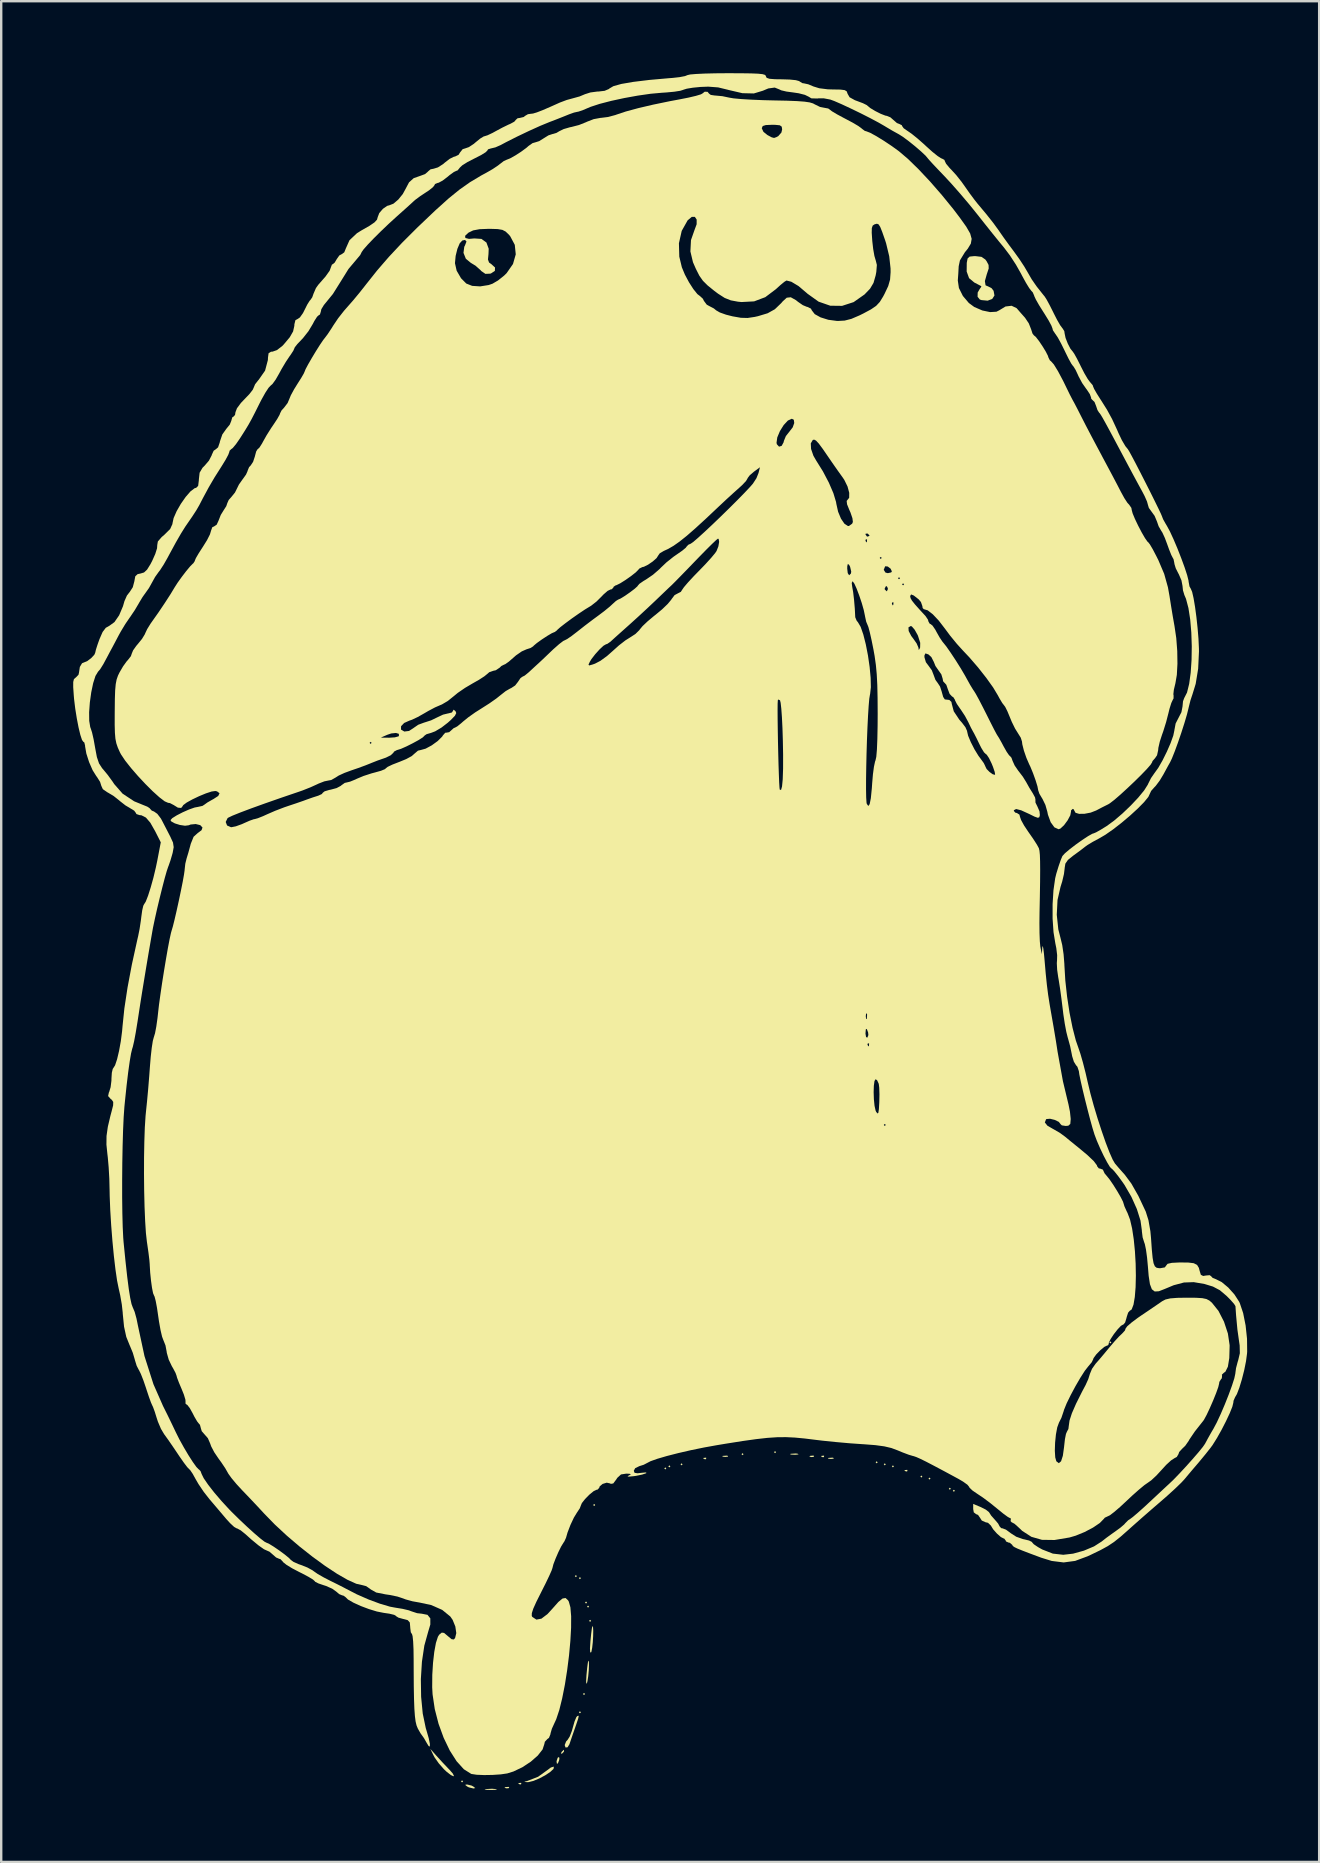
<source format=kicad_pcb>
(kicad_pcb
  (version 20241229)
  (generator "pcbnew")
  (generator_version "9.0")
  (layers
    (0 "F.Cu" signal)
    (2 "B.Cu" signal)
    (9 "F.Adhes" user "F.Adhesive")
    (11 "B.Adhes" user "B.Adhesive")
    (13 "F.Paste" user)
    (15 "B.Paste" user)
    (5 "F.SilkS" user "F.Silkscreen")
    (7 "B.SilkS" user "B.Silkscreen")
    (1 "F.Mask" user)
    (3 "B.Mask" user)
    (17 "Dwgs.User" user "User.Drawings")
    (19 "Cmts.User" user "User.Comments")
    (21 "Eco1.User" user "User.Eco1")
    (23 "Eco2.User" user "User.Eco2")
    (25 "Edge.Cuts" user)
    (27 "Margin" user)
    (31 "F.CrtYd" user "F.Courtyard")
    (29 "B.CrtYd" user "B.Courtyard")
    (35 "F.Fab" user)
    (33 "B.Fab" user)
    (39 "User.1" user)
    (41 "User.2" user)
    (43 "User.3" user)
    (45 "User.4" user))
  (footprint "Dick"
    (layer "F.Cu")
    (at 19.967 36.322)
    (property "Reference" "Dick" (at 0 0 0) (layer "F.SilkS") (effects (font (size 1.524 1.524) (thickness 0.3))))
    (attr board_only exclude_from_pos_files exclude_from_bom)
    (fp_poly (pts (xy -3.725 34.84) (xy -3.768 34.883) (xy -3.81 34.84) (xy -3.768 34.798)) (stroke (width 0) (type solid)) (fill yes) (layer "F.SilkS"))
    (fp_poly (pts (xy 1.016 26.289) (xy 0.974 26.331) (xy 0.931 26.289) (xy 0.974 26.247)) (stroke (width 0) (type solid)) (fill yes) (layer "F.SilkS"))
    (fp_poly (pts (xy 1.185 26.374) (xy 1.143 26.416) (xy 1.101 26.374) (xy 1.143 26.331)) (stroke (width 0) (type solid)) (fill yes) (layer "F.SilkS"))
    (fp_poly (pts (xy 1.185 31.962) (xy 1.143 32.004) (xy 1.101 31.962) (xy 1.143 31.919)) (stroke (width 0) (type solid)) (fill yes) (layer "F.SilkS"))
    (fp_poly (pts (xy 1.355 31.2) (xy 1.312 31.242) (xy 1.27 31.2) (xy 1.312 31.157)) (stroke (width 0) (type solid)) (fill yes) (layer "F.SilkS"))
    (fp_poly (pts (xy 1.439 27.39) (xy 1.397 27.432) (xy 1.355 27.39) (xy 1.397 27.347)) (stroke (width 0) (type solid)) (fill yes) (layer "F.SilkS"))
    (fp_poly (pts (xy 1.524 27.559) (xy 1.482 27.601) (xy 1.439 27.559) (xy 1.482 27.517)) (stroke (width 0) (type solid)) (fill yes) (layer "F.SilkS"))
    (fp_poly (pts (xy 1.609 28.152) (xy 1.566 28.194) (xy 1.524 28.152) (xy 1.566 28.109)) (stroke (width 0) (type solid)) (fill yes) (layer "F.SilkS"))
    (fp_poly (pts (xy 1.778 23.326) (xy 1.736 23.368) (xy 1.693 23.326) (xy 1.736 23.283)) (stroke (width 0) (type solid)) (fill yes) (layer "F.SilkS"))
    (fp_poly (pts (xy 4.741 21.802) (xy 4.699 21.844) (xy 4.657 21.802) (xy 4.699 21.759)) (stroke (width 0) (type solid)) (fill yes) (layer "F.SilkS"))
    (fp_poly (pts (xy 4.911 21.717) (xy 4.868 21.759) (xy 4.826 21.717) (xy 4.868 21.675)) (stroke (width 0) (type solid)) (fill yes) (layer "F.SilkS"))
    (fp_poly (pts (xy 5.419 21.632) (xy 5.376 21.675) (xy 5.334 21.632) (xy 5.376 21.59)) (stroke (width 0) (type solid)) (fill yes) (layer "F.SilkS"))
    (fp_poly (pts (xy 7.959 21.209) (xy 7.916 21.251) (xy 7.874 21.209) (xy 7.916 21.167)) (stroke (width 0) (type solid)) (fill yes) (layer "F.SilkS"))
    (fp_poly (pts (xy 9.313 21.124) (xy 9.271 21.167) (xy 9.229 21.124) (xy 9.271 21.082)) (stroke (width 0) (type solid)) (fill yes) (layer "F.SilkS"))
    (fp_poly (pts (xy 13.547 21.548) (xy 13.504 21.59) (xy 13.462 21.548) (xy 13.504 21.505)) (stroke (width 0) (type solid)) (fill yes) (layer "F.SilkS"))
    (fp_poly (pts (xy 13.885 21.632) (xy 13.843 21.675) (xy 13.801 21.632) (xy 13.843 21.59)) (stroke (width 0) (type solid)) (fill yes) (layer "F.SilkS"))
    (fp_poly (pts (xy 14.224 21.717) (xy 14.182 21.759) (xy 14.139 21.717) (xy 14.182 21.675)) (stroke (width 0) (type solid)) (fill yes) (layer "F.SilkS"))
    (fp_poly (pts (xy 15.409 22.14) (xy 15.367 22.183) (xy 15.325 22.14) (xy 15.367 22.098)) (stroke (width 0) (type solid)) (fill yes) (layer "F.SilkS"))
    (fp_poly (pts (xy 15.748 22.225) (xy 15.706 22.267) (xy 15.663 22.225) (xy 15.706 22.183)) (stroke (width 0) (type solid)) (fill yes) (layer "F.SilkS"))
    (fp_poly (pts (xy 16.595 22.648) (xy 16.552 22.691) (xy 16.51 22.648) (xy 16.552 22.606)) (stroke (width 0) (type solid)) (fill yes) (layer "F.SilkS"))
    (fp_poly (pts (xy 16.764 22.733) (xy 16.722 22.775) (xy 16.679 22.733) (xy 16.722 22.691)) (stroke (width 0) (type solid)) (fill yes) (layer "F.SilkS"))
    (fp_poly (pts (xy 23.283 16.552) (xy 23.241 16.595) (xy 23.199 16.552) (xy 23.241 16.51)) (stroke (width 0) (type solid)) (fill yes) (layer "F.SilkS"))
    (fp_poly (pts (xy -1.801 35.086) (xy -1.826 35.124) (xy -1.912 35.13) (xy -2.002 35.109) (xy -1.963 35.079) (xy -1.831 35.069)) (stroke (width 0) (type solid)) (fill yes) (layer "F.SilkS"))
    (fp_poly (pts (xy -1.298 34.911) (xy -1.31 34.961) (xy -1.355 34.967) (xy -1.424 34.936) (xy -1.411 34.911) (xy -1.311 34.901)) (stroke (width 0) (type solid)) (fill yes) (layer "F.SilkS"))
    (fp_poly (pts (xy 6.406 21.364) (xy 6.395 21.415) (xy 6.35 21.421) (xy 6.28 21.39) (xy 6.294 21.364) (xy 6.394 21.354)) (stroke (width 0) (type solid)) (fill yes) (layer "F.SilkS"))
    (fp_poly (pts (xy 7.303 21.28) (xy 7.313 21.311) (xy 7.197 21.323) (xy 7.076 21.309) (xy 7.091 21.28) (xy 7.264 21.269)) (stroke (width 0) (type solid)) (fill yes) (layer "F.SilkS"))
    (fp_poly (pts (xy 10.899 21.285) (xy 10.874 21.323) (xy 10.788 21.329) (xy 10.698 21.309) (xy 10.737 21.278) (xy 10.869 21.268)) (stroke (width 0) (type solid)) (fill yes) (layer "F.SilkS"))
    (fp_poly (pts (xy 11.317 21.28) (xy 11.305 21.33) (xy 11.261 21.336) (xy 11.191 21.305) (xy 11.204 21.28) (xy 11.305 21.269)) (stroke (width 0) (type solid)) (fill yes) (layer "F.SilkS"))
    (fp_poly (pts (xy 11.705 21.365) (xy 11.716 21.395) (xy 11.599 21.407) (xy 11.479 21.394) (xy 11.493 21.365) (xy 11.667 21.353)) (stroke (width 0) (type solid)) (fill yes) (layer "F.SilkS"))
    (fp_poly (pts (xy 14.788 21.872) (xy 14.777 21.923) (xy 14.732 21.929) (xy 14.662 21.898) (xy 14.676 21.872) (xy 14.776 21.862)) (stroke (width 0) (type solid)) (fill yes) (layer "F.SilkS"))
    (fp_poly (pts (xy 0.289 33.856) (xy 0.279 33.951) (xy 0.222 34.098) (xy 0.18 34.096) (xy 0.169 33.999) (xy 0.216 33.858) (xy 0.246 33.829)) (stroke (width 0) (type solid)) (fill yes) (layer "F.SilkS"))
    (fp_poly (pts (xy -2.348 35.162) (xy -2.314 35.182) (xy -2.425 35.194) (xy -2.582 35.197) (xy -2.774 35.191) (xy -2.831 35.176) (xy -2.772 35.161) (xy -2.521 35.147)) (stroke (width 0) (type solid)) (fill yes) (layer "F.SilkS"))
    (fp_poly (pts (xy 0.481 33.583) (xy 0.466 33.613) (xy 0.386 33.694) (xy 0.371 33.697) (xy 0.365 33.643) (xy 0.381 33.613) (xy 0.461 33.532) (xy 0.476 33.528)) (stroke (width 0) (type solid)) (fill yes) (layer "F.SilkS"))
    (fp_poly (pts (xy 10.223 21.193) (xy 10.25 21.218) (xy 10.133 21.231) (xy 10.075 21.232) (xy 9.921 21.223) (xy 9.903 21.201) (xy 9.927 21.193) (xy 10.142 21.18)) (stroke (width 0) (type solid)) (fill yes) (layer "F.SilkS"))
    (fp_poly (pts (xy -3.375 35.014) (xy -3.302 35.052) (xy -3.218 35.118) (xy -3.281 35.134) (xy -3.302 35.134) (xy -3.483 35.09) (xy -3.556 35.052) (xy -3.64 34.986) (xy -3.577 34.97) (xy -3.556 34.97)) (stroke (width 0) (type solid)) (fill yes) (layer "F.SilkS"))
    (fp_poly (pts (xy 1.516 29.848) (xy 1.52 30.003) (xy 1.51 30.225) (xy 1.488 30.461) (xy 1.457 30.662) (xy 1.439 30.734) (xy 1.409 30.777) (xy 1.401 30.666) (xy 1.415 30.415) (xy 1.417 30.395) (xy 1.445 30.109) (xy 1.473 29.897) (xy 1.494 29.81)) (stroke (width 0) (type solid)) (fill yes) (layer "F.SilkS"))
    (fp_poly (pts (xy -4.827 33.782) (xy -4.591 34.041) (xy -4.341 34.304) (xy -4.293 34.353) (xy -4.154 34.513) (xy -4.106 34.613) (xy -4.125 34.628) (xy -4.24 34.573) (xy -4.42 34.431) (xy -4.525 34.331) (xy -4.736 34.091) (xy -4.912 33.841) (xy -4.956 33.759) (xy -5.09 33.486)) (stroke (width 0) (type solid)) (fill yes) (layer "F.SilkS"))
    (fp_poly (pts (xy 1.688 28.407) (xy 1.697 28.565) (xy 1.693 28.794) (xy 1.678 29.047) (xy 1.653 29.276) (xy 1.623 29.433) (xy 1.609 29.464) (xy 1.57 29.466) (xy 1.561 29.304) (xy 1.58 28.998) (xy 1.61 28.7) (xy 1.639 28.476) (xy 1.662 28.372) (xy 1.663 28.37)) (stroke (width 0) (type solid)) (fill yes) (layer "F.SilkS"))
    (fp_poly (pts (xy 0.056 34.234) (xy 0.043 34.319) (xy -0.089 34.443) (xy -0.299 34.584) (xy -0.548 34.717) (xy -0.796 34.821) (xy -1.002 34.871) (xy -1.053 34.873) (xy -1.176 34.862) (xy -1.132 34.843) (xy -1.058 34.826) (xy -0.602 34.649) (xy -0.234 34.385) (xy -0.07 34.263) (xy 0.043 34.227)) (stroke (width 0) (type solid)) (fill yes) (layer "F.SilkS"))
    (fp_poly (pts (xy 1.092 32.127) (xy 1.066 32.237) (xy 0.992 32.459) (xy 0.927 32.647) (xy 0.826 32.937) (xy 0.744 33.178) (xy 0.705 33.295) (xy 0.626 33.421) (xy 0.542 33.428) (xy 0.508 33.327) (xy 0.568 33.176) (xy 0.628 33.111) (xy 0.716 32.974) (xy 0.807 32.738) (xy 0.848 32.592) (xy 0.919 32.343) (xy 0.991 32.169) (xy 1.025 32.126) (xy 1.076 32.1)) (stroke (width 0) (type solid)) (fill yes) (layer "F.SilkS"))
    (fp_poly (pts (xy 17.87 -28.672) (xy 18.031 -28.562) (xy 18.084 -28.491) (xy 18.167 -28.334) (xy 18.172 -28.186) (xy 18.1 -27.968) (xy 18.097 -27.962) (xy 18.013 -27.663) (xy 18.041 -27.486) (xy 18.165 -27.432) (xy 18.293 -27.365) (xy 18.376 -27.257) (xy 18.412 -27.062) (xy 18.318 -26.917) (xy 18.127 -26.846) (xy 17.874 -26.87) (xy 17.801 -26.895) (xy 17.709 -27.009) (xy 17.713 -27.185) (xy 17.796 -27.329) (xy 17.864 -27.426) (xy 17.859 -27.452) (xy 17.766 -27.502) (xy 17.588 -27.594) (xy 17.572 -27.603) (xy 17.354 -27.784) (xy 17.254 -28.06) (xy 17.258 -28.421) (xy 17.293 -28.604) (xy 17.378 -28.683) (xy 17.567 -28.702) (xy 17.618 -28.702)) (stroke (width 0) (type solid)) (fill yes) (layer "F.SilkS"))
    (fp_poly (pts (xy 7.863 -36.32) (xy 8.279 -36.314) (xy 8.568 -36.302) (xy 8.752 -36.282) (xy 8.852 -36.252) (xy 8.888 -36.211) (xy 8.89 -36.195) (xy 8.922 -36.13) (xy 9.038 -36.09) (xy 9.269 -36.072) (xy 9.562 -36.068) (xy 9.884 -36.058) (xy 10.137 -36.032) (xy 10.275 -35.994) (xy 10.287 -35.983) (xy 10.408 -35.909) (xy 10.482 -35.898) (xy 10.657 -35.86) (xy 10.868 -35.771) (xy 11.114 -35.695) (xy 11.47 -35.651) (xy 11.688 -35.645) (xy 11.996 -35.64) (xy 12.173 -35.617) (xy 12.258 -35.565) (xy 12.291 -35.473) (xy 12.292 -35.466) (xy 12.377 -35.32) (xy 12.599 -35.197) (xy 12.7 -35.16) (xy 12.934 -35.072) (xy 13.091 -34.994) (xy 13.123 -34.967) (xy 13.238 -34.871) (xy 13.444 -34.747) (xy 13.676 -34.63) (xy 13.869 -34.555) (xy 13.931 -34.544) (xy 14.077 -34.484) (xy 14.201 -34.375) (xy 14.349 -34.246) (xy 14.454 -34.205) (xy 14.555 -34.154) (xy 14.563 -34.123) (xy 14.63 -34.029) (xy 14.791 -33.917) (xy 14.796 -33.914) (xy 14.964 -33.798) (xy 15.209 -33.6) (xy 15.485 -33.357) (xy 15.57 -33.277) (xy 15.826 -33.047) (xy 16.046 -32.871) (xy 16.194 -32.775) (xy 16.226 -32.766) (xy 16.33 -32.707) (xy 16.341 -32.666) (xy 16.397 -32.551) (xy 16.54 -32.378) (xy 16.616 -32.3) (xy 16.82 -32.077) (xy 17.049 -31.787) (xy 17.187 -31.593) (xy 17.386 -31.309) (xy 17.585 -31.042) (xy 17.695 -30.903) (xy 18.077 -30.446) (xy 18.367 -30.079) (xy 18.59 -29.772) (xy 18.627 -29.717) (xy 18.79 -29.483) (xy 19.007 -29.183) (xy 19.215 -28.905) (xy 19.44 -28.593) (xy 19.653 -28.27) (xy 19.793 -28.031) (xy 19.964 -27.735) (xy 20.169 -27.439) (xy 20.448 -27.087) (xy 20.506 -27.017) (xy 20.589 -26.886) (xy 20.717 -26.649) (xy 20.864 -26.357) (xy 20.877 -26.329) (xy 21.022 -26.045) (xy 21.15 -25.823) (xy 21.237 -25.706) (xy 21.243 -25.701) (xy 21.321 -25.578) (xy 21.336 -25.475) (xy 21.374 -25.294) (xy 21.466 -25.059) (xy 21.578 -24.843) (xy 21.675 -24.723) (xy 21.739 -24.63) (xy 21.852 -24.426) (xy 21.99 -24.152) (xy 22.008 -24.114) (xy 22.157 -23.823) (xy 22.296 -23.586) (xy 22.395 -23.452) (xy 22.401 -23.447) (xy 22.504 -23.326) (xy 22.521 -23.272) (xy 22.565 -23.168) (xy 22.68 -22.968) (xy 22.841 -22.714) (xy 22.844 -22.711) (xy 23.1 -22.304) (xy 23.313 -21.913) (xy 23.523 -21.46) (xy 23.576 -21.336) (xy 23.721 -21.032) (xy 23.865 -20.787) (xy 23.969 -20.659) (xy 24.024 -20.571) (xy 24.138 -20.362) (xy 24.297 -20.061) (xy 24.485 -19.697) (xy 24.688 -19.299) (xy 24.891 -18.898) (xy 25.078 -18.522) (xy 25.235 -18.202) (xy 25.347 -17.967) (xy 25.398 -17.846) (xy 25.4 -17.837) (xy 25.441 -17.734) (xy 25.546 -17.547) (xy 25.598 -17.461) (xy 25.723 -17.23) (xy 25.874 -16.902) (xy 26.037 -16.517) (xy 26.195 -16.113) (xy 26.335 -15.731) (xy 26.44 -15.409) (xy 26.496 -15.186) (xy 26.501 -15.136) (xy 26.537 -14.941) (xy 26.592 -14.844) (xy 26.647 -14.715) (xy 26.707 -14.452) (xy 26.768 -14.091) (xy 26.825 -13.666) (xy 26.874 -13.212) (xy 26.911 -12.766) (xy 26.93 -12.361) (xy 26.932 -12.234) (xy 26.898 -11.513) (xy 26.795 -10.882) (xy 26.664 -10.456) (xy 26.578 -10.198) (xy 26.503 -9.9) (xy 26.495 -9.864) (xy 26.431 -9.606) (xy 26.327 -9.253) (xy 26.198 -8.85) (xy 26.058 -8.44) (xy 25.922 -8.068) (xy 25.805 -7.775) (xy 25.731 -7.62) (xy 25.648 -7.473) (xy 25.523 -7.243) (xy 25.452 -7.112) (xy 25.296 -6.853) (xy 25.133 -6.636) (xy 25.07 -6.57) (xy 24.939 -6.422) (xy 24.89 -6.316) (xy 24.823 -6.173) (xy 24.646 -5.956) (xy 24.383 -5.689) (xy 24.064 -5.396) (xy 23.714 -5.1) (xy 23.36 -4.824) (xy 23.03 -4.594) (xy 22.775 -4.445) (xy 22.509 -4.302) (xy 22.289 -4.169) (xy 22.202 -4.107) (xy 22.048 -3.987) (xy 21.822 -3.819) (xy 21.696 -3.728) (xy 21.474 -3.549) (xy 21.366 -3.393) (xy 21.336 -3.207) (xy 21.336 -3.193) (xy 21.307 -2.959) (xy 21.234 -2.649) (xy 21.164 -2.424) (xy 21.039 -1.878) (xy 21.008 -1.263) (xy 21.072 -0.655) (xy 21.164 -0.296) (xy 21.235 -0.003) (xy 21.292 0.383) (xy 21.324 0.786) (xy 21.326 0.847) (xy 21.364 1.477) (xy 21.438 2.15) (xy 21.54 2.82) (xy 21.665 3.443) (xy 21.802 3.974) (xy 21.907 4.276) (xy 21.993 4.53) (xy 22.099 4.899) (xy 22.209 5.33) (xy 22.297 5.715) (xy 22.408 6.176) (xy 22.548 6.688) (xy 22.708 7.221) (xy 22.878 7.743) (xy 23.045 8.224) (xy 23.202 8.632) (xy 23.336 8.936) (xy 23.431 9.098) (xy 23.577 9.269) (xy 23.772 9.49) (xy 23.841 9.567) (xy 24.114 9.934) (xy 24.405 10.445) (xy 24.715 11.103) (xy 24.827 11.459) (xy 24.908 11.921) (xy 24.934 12.203) (xy 24.968 12.689) (xy 25.001 13.03) (xy 25.04 13.253) (xy 25.094 13.382) (xy 25.168 13.443) (xy 25.273 13.461) (xy 25.319 13.462) (xy 25.51 13.427) (xy 25.569 13.347) (xy 25.624 13.278) (xy 25.802 13.238) (xy 26.099 13.223) (xy 26.473 13.224) (xy 26.713 13.253) (xy 26.853 13.324) (xy 26.928 13.448) (xy 26.956 13.558) (xy 27.01 13.736) (xy 27.106 13.785) (xy 27.22 13.766) (xy 27.376 13.752) (xy 27.432 13.79) (xy 27.504 13.866) (xy 27.638 13.919) (xy 27.88 14.04) (xy 28.153 14.268) (xy 28.41 14.556) (xy 28.606 14.859) (xy 28.633 14.916) (xy 28.772 15.33) (xy 28.875 15.847) (xy 28.934 16.402) (xy 28.94 16.93) (xy 28.934 17.018) (xy 28.892 17.335) (xy 28.817 17.708) (xy 28.72 18.091) (xy 28.614 18.439) (xy 28.512 18.706) (xy 28.437 18.834) (xy 28.372 18.983) (xy 28.363 19.064) (xy 28.322 19.231) (xy 28.213 19.503) (xy 28.056 19.838) (xy 27.872 20.197) (xy 27.679 20.54) (xy 27.5 20.826) (xy 27.42 20.936) (xy 27.189 21.228) (xy 26.933 21.538) (xy 26.844 21.642) (xy 26.623 21.901) (xy 26.408 22.157) (xy 26.328 22.253) (xy 26.177 22.414) (xy 25.932 22.65) (xy 25.628 22.927) (xy 25.355 23.166) (xy 24.971 23.497) (xy 24.555 23.86) (xy 24.17 24.201) (xy 23.978 24.373) (xy 23.659 24.654) (xy 23.393 24.866) (xy 23.133 25.039) (xy 22.828 25.206) (xy 22.431 25.398) (xy 22.289 25.464) (xy 21.773 25.655) (xy 21.295 25.719) (xy 20.799 25.657) (xy 20.362 25.522) (xy 19.906 25.352) (xy 19.585 25.229) (xy 19.373 25.143) (xy 19.248 25.083) (xy 19.183 25.038) (xy 19.156 24.997) (xy 19.152 24.986) (xy 19.052 24.9) (xy 19.001 24.892) (xy 18.893 24.844) (xy 18.881 24.807) (xy 18.819 24.725) (xy 18.8 24.723) (xy 18.68 24.662) (xy 18.516 24.517) (xy 18.358 24.339) (xy 18.261 24.181) (xy 18.261 24.181) (xy 18.143 24.068) (xy 18.042 24.045) (xy 17.884 23.974) (xy 17.822 23.876) (xy 17.728 23.739) (xy 17.647 23.707) (xy 17.551 23.633) (xy 17.526 23.494) (xy 17.526 23.281) (xy 17.843 23.413) (xy 18.052 23.519) (xy 18.181 23.62) (xy 18.195 23.642) (xy 18.274 23.766) (xy 18.421 23.932) (xy 18.428 23.939) (xy 18.564 24.098) (xy 18.626 24.214) (xy 18.627 24.219) (xy 18.695 24.291) (xy 18.749 24.299) (xy 18.891 24.353) (xy 19.072 24.485) (xy 19.089 24.5) (xy 19.32 24.648) (xy 19.604 24.748) (xy 19.643 24.755) (xy 19.855 24.806) (xy 19.973 24.866) (xy 19.981 24.884) (xy 20.05 24.961) (xy 20.228 25.081) (xy 20.403 25.179) (xy 20.842 25.351) (xy 21.278 25.4) (xy 21.688 25.353) (xy 22.139 25.228) (xy 22.561 25.05) (xy 22.88 24.846) (xy 23.068 24.698) (xy 23.32 24.515) (xy 23.437 24.433) (xy 23.656 24.273) (xy 23.815 24.137) (xy 23.858 24.087) (xy 23.981 23.963) (xy 24.061 23.911) (xy 24.178 23.824) (xy 24.386 23.647) (xy 24.655 23.407) (xy 24.907 23.173) (xy 25.194 22.905) (xy 25.437 22.678) (xy 25.609 22.518) (xy 25.679 22.454) (xy 25.871 22.271) (xy 26.119 22.014) (xy 26.395 21.717) (xy 26.668 21.411) (xy 26.911 21.131) (xy 27.093 20.907) (xy 27.184 20.775) (xy 27.302 20.555) (xy 27.459 20.277) (xy 27.534 20.151) (xy 27.676 19.884) (xy 27.839 19.533) (xy 28.009 19.134) (xy 28.17 18.728) (xy 28.307 18.353) (xy 28.405 18.047) (xy 28.447 17.851) (xy 28.448 17.834) (xy 28.476 17.623) (xy 28.546 17.357) (xy 28.565 17.3) (xy 28.635 17.004) (xy 28.627 16.675) (xy 28.602 16.506) (xy 28.533 16.015) (xy 28.477 15.413) (xy 28.452 15.042) (xy 28.394 14.949) (xy 28.246 14.781) (xy 28.079 14.613) (xy 27.803 14.379) (xy 27.516 14.227) (xy 27.159 14.118) (xy 26.713 14.042) (xy 26.305 14.057) (xy 25.877 14.171) (xy 25.499 14.329) (xy 25.26 14.422) (xy 25.088 14.431) (xy 24.969 14.338) (xy 24.889 14.126) (xy 24.836 13.777) (xy 24.805 13.398) (xy 24.77 13.02) (xy 24.725 12.69) (xy 24.676 12.456) (xy 24.65 12.384) (xy 24.585 12.178) (xy 24.552 11.912) (xy 24.552 11.88) (xy 24.496 11.478) (xy 24.345 10.998) (xy 24.117 10.488) (xy 23.832 9.996) (xy 23.756 9.885) (xy 23.564 9.622) (xy 23.405 9.423) (xy 23.306 9.32) (xy 23.291 9.313) (xy 23.221 9.241) (xy 23.106 9.051) (xy 22.964 8.782) (xy 22.816 8.471) (xy 22.68 8.158) (xy 22.576 7.881) (xy 22.574 7.874) (xy 22.494 7.612) (xy 22.396 7.258) (xy 22.289 6.847) (xy 22.181 6.418) (xy 22.082 6.007) (xy 22.001 5.65) (xy 21.947 5.386) (xy 21.929 5.254) (xy 21.867 5.07) (xy 21.808 5.001) (xy 21.72 4.858) (xy 21.647 4.624) (xy 21.633 4.546) (xy 21.566 4.217) (xy 21.475 3.885) (xy 21.465 3.852) (xy 21.406 3.619) (xy 21.341 3.274) (xy 21.281 2.875) (xy 21.256 2.667) (xy 21.203 2.239) (xy 21.145 1.812) (xy 21.089 1.456) (xy 21.068 1.338) (xy 21.024 1.029) (xy 21.01 0.754) (xy 21.019 0.63) (xy 21.024 0.421) (xy 20.989 0.129) (xy 20.948 -0.073) (xy 20.872 -0.54) (xy 20.834 -1.103) (xy 20.834 -1.704) (xy 20.87 -2.284) (xy 20.942 -2.784) (xy 20.988 -2.973) (xy 21.084 -3.286) (xy 21.177 -3.553) (xy 21.242 -3.708) (xy 21.344 -3.821) (xy 21.543 -3.99) (xy 21.797 -4.185) (xy 22.068 -4.378) (xy 22.313 -4.539) (xy 22.492 -4.639) (xy 22.551 -4.657) (xy 22.65 -4.699) (xy 22.846 -4.81) (xy 23.084 -4.957) (xy 23.397 -5.185) (xy 23.743 -5.481) (xy 24.089 -5.812) (xy 24.402 -6.144) (xy 24.649 -6.445) (xy 24.799 -6.682) (xy 24.81 -6.709) (xy 24.934 -6.956) (xy 25.075 -7.16) (xy 25.235 -7.382) (xy 25.415 -7.696) (xy 25.594 -8.057) (xy 25.751 -8.417) (xy 25.862 -8.729) (xy 25.908 -8.947) (xy 25.908 -8.956) (xy 25.96 -9.232) (xy 26.077 -9.46) (xy 26.201 -9.702) (xy 26.247 -9.943) (xy 26.267 -10.156) (xy 26.317 -10.291) (xy 26.434 -10.52) (xy 26.524 -10.883) (xy 26.587 -11.347) (xy 26.623 -11.88) (xy 26.632 -12.449) (xy 26.613 -13.021) (xy 26.567 -13.562) (xy 26.493 -14.041) (xy 26.392 -14.424) (xy 26.324 -14.583) (xy 26.265 -14.779) (xy 26.246 -14.964) (xy 26.202 -15.195) (xy 26.092 -15.449) (xy 26.077 -15.475) (xy 25.965 -15.696) (xy 25.909 -15.88) (xy 25.908 -15.902) (xy 25.873 -16.076) (xy 25.84 -16.133) (xy 25.778 -16.253) (xy 25.688 -16.479) (xy 25.616 -16.679) (xy 25.512 -16.958) (xy 25.409 -17.182) (xy 25.352 -17.272) (xy 25.251 -17.448) (xy 25.183 -17.644) (xy 25.083 -17.882) (xy 24.964 -18.046) (xy 24.844 -18.213) (xy 24.807 -18.335) (xy 24.768 -18.477) (xy 24.667 -18.707) (xy 24.563 -18.906) (xy 24.401 -19.202) (xy 24.201 -19.573) (xy 24.003 -19.943) (xy 23.983 -19.981) (xy 23.646 -20.615) (xy 23.38 -21.115) (xy 23.175 -21.497) (xy 23.023 -21.776) (xy 22.915 -21.969) (xy 22.842 -22.09) (xy 22.796 -22.157) (xy 22.77 -22.184) (xy 22.703 -22.29) (xy 22.646 -22.459) (xy 22.58 -22.626) (xy 22.512 -22.691) (xy 22.444 -22.759) (xy 22.437 -22.811) (xy 22.385 -22.952) (xy 22.26 -23.141) (xy 22.235 -23.172) (xy 22.066 -23.414) (xy 21.913 -23.7) (xy 21.893 -23.747) (xy 21.791 -23.964) (xy 21.703 -24.106) (xy 21.682 -24.127) (xy 21.614 -24.221) (xy 21.5 -24.428) (xy 21.363 -24.706) (xy 21.338 -24.758) (xy 21.19 -25.058) (xy 21.054 -25.306) (xy 20.955 -25.454) (xy 20.947 -25.463) (xy 20.847 -25.613) (xy 20.828 -25.69) (xy 20.784 -25.807) (xy 20.667 -26.024) (xy 20.499 -26.297) (xy 20.447 -26.378) (xy 20.27 -26.66) (xy 20.137 -26.893) (xy 20.07 -27.038) (xy 20.066 -27.058) (xy 20.007 -27.193) (xy 19.95 -27.254) (xy 19.859 -27.371) (xy 19.72 -27.598) (xy 19.56 -27.89) (xy 19.521 -27.967) (xy 19.308 -28.344) (xy 19.052 -28.737) (xy 18.811 -29.056) (xy 18.603 -29.308) (xy 18.327 -29.649) (xy 18.018 -30.037) (xy 17.711 -30.425) (xy 17.699 -30.44) (xy 17.359 -30.861) (xy 16.979 -31.31) (xy 16.608 -31.731) (xy 16.324 -32.037) (xy 16.058 -32.315) (xy 15.839 -32.547) (xy 15.693 -32.707) (xy 15.643 -32.766) (xy 15.546 -32.883) (xy 15.353 -33.065) (xy 15.103 -33.28) (xy 14.837 -33.494) (xy 14.595 -33.673) (xy 14.436 -33.774) (xy 14.158 -33.928) (xy 13.895 -34.084) (xy 13.843 -34.116) (xy 13.587 -34.264) (xy 13.238 -34.45) (xy 12.838 -34.653) (xy 12.427 -34.852) (xy 12.048 -35.029) (xy 11.742 -35.162) (xy 11.574 -35.224) (xy 11.305 -35.275) (xy 11.065 -35.274) (xy 11.035 -35.268) (xy 10.784 -35.275) (xy 10.675 -35.342) (xy 10.516 -35.42) (xy 10.253 -35.487) (xy 10.029 -35.52) (xy 9.746 -35.558) (xy 9.53 -35.609) (xy 9.445 -35.649) (xy 9.258 -35.724) (xy 8.989 -35.687) (xy 8.763 -35.592) (xy 8.388 -35.479) (xy 7.911 -35.49) (xy 7.327 -35.626) (xy 7.312 -35.631) (xy 6.901 -35.731) (xy 6.489 -35.762) (xy 6.169 -35.75) (xy 5.851 -35.719) (xy 5.595 -35.677) (xy 5.452 -35.633) (xy 5.446 -35.629) (xy 5.322 -35.59) (xy 5.072 -35.551) (xy 4.74 -35.52) (xy 4.557 -35.508) (xy 4.09 -35.466) (xy 3.553 -35.389) (xy 2.99 -35.287) (xy 2.445 -35.169) (xy 1.963 -35.044) (xy 1.587 -34.921) (xy 1.476 -34.874) (xy 1.246 -34.776) (xy 1.072 -34.719) (xy 1.034 -34.713) (xy 0.895 -34.682) (xy 0.685 -34.607) (xy 0.659 -34.596) (xy 0.426 -34.502) (xy 0.114 -34.379) (xy -0.127 -34.287) (xy -0.507 -34.131) (xy -0.976 -33.919) (xy -1.477 -33.68) (xy -1.95 -33.441) (xy -2.159 -33.329) (xy -2.378 -33.233) (xy -2.556 -33.19) (xy -2.561 -33.19) (xy -2.687 -33.15) (xy -2.709 -33.106) (xy -2.781 -33.032) (xy -2.968 -32.915) (xy -3.233 -32.779) (xy -3.264 -32.764) (xy -3.543 -32.62) (xy -3.758 -32.485) (xy -3.863 -32.386) (xy -3.865 -32.381) (xy -3.954 -32.272) (xy -3.998 -32.258) (xy -4.109 -32.206) (xy -4.288 -32.076) (xy -4.373 -32.004) (xy -4.575 -31.85) (xy -4.742 -31.76) (xy -4.787 -31.75) (xy -4.897 -31.704) (xy -4.911 -31.666) (xy -4.977 -31.577) (xy -5.145 -31.442) (xy -5.271 -31.359) (xy -5.514 -31.198) (xy -5.715 -31.049) (xy -5.774 -30.998) (xy -5.9 -30.881) (xy -6.115 -30.687) (xy -6.38 -30.45) (xy -6.489 -30.353) (xy -6.821 -30.05) (xy -7.15 -29.736) (xy -7.451 -29.437) (xy -7.702 -29.175) (xy -7.878 -28.974) (xy -7.957 -28.86) (xy -7.959 -28.85) (xy -8.011 -28.747) (xy -8.107 -28.632) (xy -8.499 -28.166) (xy -8.798 -27.684) (xy -9.149 -27.124) (xy -9.525 -26.663) (xy -9.63 -26.491) (xy -9.652 -26.388) (xy -9.69 -26.266) (xy -9.729 -26.247) (xy -9.808 -26.177) (xy -9.921 -26) (xy -9.987 -25.874) (xy -10.167 -25.574) (xy -10.395 -25.285) (xy -10.459 -25.218) (xy -10.63 -25.038) (xy -10.736 -24.903) (xy -10.752 -24.865) (xy -10.799 -24.759) (xy -10.916 -24.58) (xy -10.955 -24.527) (xy -11.11 -24.295) (xy -11.289 -23.994) (xy -11.391 -23.805) (xy -11.535 -23.555) (xy -11.667 -23.373) (xy -11.742 -23.308) (xy -11.829 -23.216) (xy -11.965 -23.008) (xy -12.125 -22.721) (xy -12.2 -22.575) (xy -12.39 -22.194) (xy -12.534 -21.915) (xy -12.66 -21.687) (xy -12.797 -21.46) (xy -12.972 -21.184) (xy -13.026 -21.1) (xy -13.186 -20.869) (xy -13.319 -20.709) (xy -13.386 -20.659) (xy -13.456 -20.591) (xy -13.462 -20.549) (xy -13.506 -20.429) (xy -13.622 -20.212) (xy -13.788 -19.942) (xy -13.82 -19.892) (xy -14.078 -19.485) (xy -14.316 -19.079) (xy -14.569 -18.61) (xy -14.713 -18.33) (xy -14.839 -18.112) (xy -15.017 -17.839) (xy -15.117 -17.695) (xy -15.296 -17.435) (xy -15.479 -17.142) (xy -15.687 -16.781) (xy -15.94 -16.316) (xy -16.044 -16.122) (xy -16.197 -15.854) (xy -16.345 -15.625) (xy -16.412 -15.538) (xy -16.557 -15.334) (xy -16.679 -15.113) (xy -16.811 -14.875) (xy -16.942 -14.69) (xy -17.078 -14.5) (xy -17.224 -14.257) (xy -17.242 -14.224) (xy -17.402 -13.954) (xy -17.591 -13.673) (xy -17.622 -13.631) (xy -17.796 -13.376) (xy -17.984 -13.064) (xy -18.068 -12.912) (xy -18.204 -12.654) (xy -18.315 -12.444) (xy -18.36 -12.361) (xy -18.455 -12.185) (xy -18.529 -12.044) (xy -18.712 -11.703) (xy -18.846 -11.489) (xy -18.933 -11.389) (xy -19.04 -11.212) (xy -19.136 -10.911) (xy -19.216 -10.528) (xy -19.274 -10.11) (xy -19.304 -9.7) (xy -19.3 -9.342) (xy -19.258 -9.082) (xy -19.24 -9.035) (xy -19.183 -8.861) (xy -19.118 -8.577) (xy -19.058 -8.243) (xy -19.053 -8.213) (xy -18.981 -7.832) (xy -18.891 -7.567) (xy -18.762 -7.368) (xy -18.723 -7.324) (xy -18.53 -7.09) (xy -18.324 -6.807) (xy -18.261 -6.71) (xy -17.907 -6.306) (xy -17.427 -5.99) (xy -17.081 -5.848) (xy -16.88 -5.767) (xy -16.771 -5.692) (xy -16.764 -5.676) (xy -16.694 -5.602) (xy -16.601 -5.565) (xy -16.463 -5.467) (xy -16.315 -5.273) (xy -16.272 -5.195) (xy -16.12 -4.901) (xy -15.956 -4.583) (xy -15.921 -4.515) (xy -15.81 -4.272) (xy -15.781 -4.079) (xy -15.824 -3.843) (xy -15.837 -3.796) (xy -15.915 -3.529) (xy -15.992 -3.307) (xy -16.011 -3.26) (xy -16.069 -3.088) (xy -16.154 -2.79) (xy -16.255 -2.402) (xy -16.364 -1.963) (xy -16.472 -1.512) (xy -16.567 -1.086) (xy -16.643 -0.724) (xy -16.667 -0.593) (xy -16.745 -0.142) (xy -16.835 0.381) (xy -16.928 0.934) (xy -17.017 1.475) (xy -17.097 1.963) (xy -17.159 2.353) (xy -17.188 2.54) (xy -17.285 3.173) (xy -17.364 3.655) (xy -17.429 4.003) (xy -17.483 4.236) (xy -17.512 4.329) (xy -17.558 4.518) (xy -17.614 4.85) (xy -17.677 5.299) (xy -17.742 5.841) (xy -17.806 6.45) (xy -17.834 6.731) (xy -17.865 7.166) (xy -17.89 7.724) (xy -17.909 8.372) (xy -17.922 9.073) (xy -17.928 9.795) (xy -17.928 10.502) (xy -17.92 11.161) (xy -17.905 11.736) (xy -17.883 12.192) (xy -17.87 12.361) (xy -17.789 13.17) (xy -17.717 13.822) (xy -17.652 14.329) (xy -17.592 14.703) (xy -17.537 14.957) (xy -17.483 15.102) (xy -17.477 15.113) (xy -17.406 15.284) (xy -17.331 15.558) (xy -17.275 15.833) (xy -16.998 17.123) (xy -16.625 18.293) (xy -16.224 19.205) (xy -16.037 19.579) (xy -15.841 19.984) (xy -15.701 20.278) (xy -15.546 20.588) (xy -15.361 20.922) (xy -15.168 21.248) (xy -14.986 21.532) (xy -14.837 21.74) (xy -14.742 21.84) (xy -14.729 21.844) (xy -14.662 21.915) (xy -14.617 22.035) (xy -14.53 22.212) (xy -14.347 22.479) (xy -14.093 22.805) (xy -13.79 23.159) (xy -13.465 23.512) (xy -13.369 23.61) (xy -13.049 23.925) (xy -12.727 24.229) (xy -12.427 24.501) (xy -12.176 24.716) (xy -11.998 24.854) (xy -11.925 24.892) (xy -11.815 24.939) (xy -11.618 25.06) (xy -11.382 25.221) (xy -11.153 25.39) (xy -10.977 25.534) (xy -10.905 25.61) (xy -10.793 25.694) (xy -10.581 25.789) (xy -10.482 25.823) (xy -10.215 25.928) (xy -9.994 26.049) (xy -9.948 26.084) (xy -9.784 26.198) (xy -9.525 26.346) (xy -9.271 26.477) (xy -8.981 26.62) (xy -8.732 26.746) (xy -8.594 26.819) (xy -8.153 27.047) (xy -7.668 27.26) (xy -7.191 27.437) (xy -6.773 27.561) (xy -6.554 27.602) (xy -6.246 27.652) (xy -5.985 27.714) (xy -5.86 27.761) (xy -5.639 27.833) (xy -5.445 27.855) (xy -5.207 27.902) (xy -5.09 28.049) (xy -5.09 28.306) (xy -5.184 28.623) (xy -5.339 29.182) (xy -5.439 29.851) (xy -5.484 30.58) (xy -5.473 31.318) (xy -5.406 32.014) (xy -5.28 32.619) (xy -5.253 32.708) (xy -5.156 33.043) (xy -5.109 33.275) (xy -5.11 33.388) (xy -5.161 33.368) (xy -5.252 33.218) (xy -5.354 33.038) (xy -5.427 32.936) (xy -5.428 32.935) (xy -5.498 32.837) (xy -5.602 32.654) (xy -5.615 32.629) (xy -5.664 32.508) (xy -5.703 32.345) (xy -5.732 32.121) (xy -5.754 31.816) (xy -5.769 31.412) (xy -5.779 30.888) (xy -5.783 30.227) (xy -5.785 29.739) (xy -5.79 29.343) (xy -5.805 29.016) (xy -5.828 28.792) (xy -5.854 28.702) (xy -5.856 28.702) (xy -5.903 28.628) (xy -5.926 28.446) (xy -5.927 28.415) (xy -5.945 28.219) (xy -6.032 28.123) (xy -6.223 28.073) (xy -6.418 28.019) (xy -6.517 27.957) (xy -6.519 27.947) (xy -6.596 27.902) (xy -6.796 27.854) (xy -7.035 27.819) (xy -7.317 27.763) (xy -7.65 27.661) (xy -7.99 27.533) (xy -8.295 27.394) (xy -8.52 27.264) (xy -8.622 27.164) (xy -8.719 27.097) (xy -8.757 27.093) (xy -8.891 27.036) (xy -9.008 26.934) (xy -9.178 26.813) (xy -9.431 26.7) (xy -9.529 26.669) (xy -9.752 26.593) (xy -9.888 26.523) (xy -9.906 26.498) (xy -9.977 26.433) (xy -10.166 26.318) (xy -10.437 26.174) (xy -10.547 26.12) (xy -10.847 25.963) (xy -11.083 25.818) (xy -11.218 25.711) (xy -11.233 25.688) (xy -11.334 25.581) (xy -11.384 25.569) (xy -11.515 25.512) (xy -11.642 25.4) (xy -11.788 25.273) (xy -11.888 25.229) (xy -12.019 25.17) (xy -12.247 25.009) (xy -12.547 24.761) (xy -12.803 24.532) (xy -12.987 24.384) (xy -13.133 24.304) (xy -13.158 24.299) (xy -13.263 24.239) (xy -13.432 24.082) (xy -13.594 23.904) (xy -13.842 23.611) (xy -14.123 23.28) (xy -14.295 23.078) (xy -14.528 22.78) (xy -14.746 22.457) (xy -14.864 22.254) (xy -14.991 22.025) (xy -15.097 21.869) (xy -15.138 21.831) (xy -15.215 21.751) (xy -15.357 21.564) (xy -15.538 21.305) (xy -15.602 21.209) (xy -15.811 20.899) (xy -16.008 20.613) (xy -16.157 20.406) (xy -16.178 20.378) (xy -16.311 20.154) (xy -16.439 19.854) (xy -16.489 19.701) (xy -16.571 19.438) (xy -16.643 19.241) (xy -16.674 19.177) (xy -16.726 19.06) (xy -16.811 18.827) (xy -16.912 18.524) (xy -16.933 18.457) (xy -17.042 18.138) (xy -17.146 17.872) (xy -17.226 17.709) (xy -17.236 17.695) (xy -17.323 17.527) (xy -17.396 17.291) (xy -17.4 17.272) (xy -17.484 16.987) (xy -17.604 16.696) (xy -17.614 16.675) (xy -17.757 16.32) (xy -17.849 15.897) (xy -17.903 15.359) (xy -17.905 15.312) (xy -17.942 14.975) (xy -18.011 14.579) (xy -18.072 14.309) (xy -18.14 13.974) (xy -18.208 13.507) (xy -18.274 12.944) (xy -18.334 12.321) (xy -18.385 11.675) (xy -18.424 11.042) (xy -18.447 10.46) (xy -18.452 10.187) (xy -18.463 9.732) (xy -18.49 9.256) (xy -18.527 8.838) (xy -18.543 8.706) (xy -18.583 8.312) (xy -18.579 7.952) (xy -18.525 7.57) (xy -18.416 7.108) (xy -18.366 6.922) (xy -18.304 6.676) (xy -18.3 6.536) (xy -18.359 6.447) (xy -18.408 6.408) (xy -18.513 6.29) (xy -18.482 6.142) (xy -18.468 6.116) (xy -18.409 5.921) (xy -18.375 5.649) (xy -18.373 5.556) (xy -18.358 5.317) (xy -18.32 5.158) (xy -18.3 5.13) (xy -18.223 5.008) (xy -18.139 4.755) (xy -18.057 4.408) (xy -17.984 4.005) (xy -17.93 3.584) (xy -17.913 3.387) (xy -17.836 2.641) (xy -17.704 1.77) (xy -17.523 0.807) (xy -17.298 -0.217) (xy -17.26 -0.381) (xy -17.202 -0.671) (xy -17.149 -1.021) (xy -17.129 -1.185) (xy -17.092 -1.449) (xy -17.048 -1.637) (xy -17.019 -1.693) (xy -16.945 -1.811) (xy -16.848 -2.059) (xy -16.739 -2.402) (xy -16.627 -2.804) (xy -16.525 -3.23) (xy -16.465 -3.516) (xy -16.319 -4.281) (xy -16.553 -4.743) (xy -16.755 -5.098) (xy -16.937 -5.311) (xy -17.122 -5.406) (xy -17.209 -5.416) (xy -17.334 -5.459) (xy -17.357 -5.505) (xy -17.426 -5.599) (xy -17.579 -5.693) (xy -17.793 -5.821) (xy -18.022 -6) (xy -18.048 -6.024) (xy -18.281 -6.209) (xy -18.522 -6.354) (xy -18.545 -6.365) (xy -18.732 -6.495) (xy -18.796 -6.634) (xy -18.848 -6.799) (xy -18.977 -7.004) (xy -19.006 -7.04) (xy -19.159 -7.286) (xy -19.306 -7.624) (xy -19.42 -7.979) (xy -19.472 -8.278) (xy -19.473 -8.313) (xy -19.505 -8.442) (xy -19.543 -8.467) (xy -19.6 -8.545) (xy -19.67 -8.757) (xy -19.745 -9.069) (xy -19.818 -9.447) (xy -19.883 -9.855) (xy -19.932 -10.26) (xy -19.943 -10.392) (xy -19.967 -10.743) (xy -19.966 -10.961) (xy -19.937 -11.08) (xy -19.876 -11.136) (xy -19.863 -11.142) (xy -19.747 -11.261) (xy -19.727 -11.347) (xy -19.691 -11.587) (xy -19.599 -11.742) (xy -19.528 -11.771) (xy -19.386 -11.828) (xy -19.217 -11.956) (xy -19.085 -12.099) (xy -19.05 -12.181) (xy -19.022 -12.304) (xy -18.95 -12.529) (xy -18.872 -12.747) (xy -18.742 -13.044) (xy -18.611 -13.217) (xy -18.455 -13.306) (xy -18.249 -13.456) (xy -18.054 -13.738) (xy -17.894 -14.116) (xy -17.833 -14.327) (xy -17.729 -14.563) (xy -17.61 -14.715) (xy -17.485 -14.908) (xy -17.419 -15.157) (xy -17.419 -15.161) (xy -17.381 -15.364) (xy -17.283 -15.454) (xy -17.163 -15.479) (xy -17.017 -15.523) (xy -16.89 -15.641) (xy -16.749 -15.868) (xy -16.674 -16.013) (xy -16.549 -16.294) (xy -16.474 -16.532) (xy -16.465 -16.67) (xy -16.441 -16.815) (xy -16.278 -17.002) (xy -16.172 -17.092) (xy -15.928 -17.334) (xy -15.833 -17.544) (xy -15.833 -17.562) (xy -15.785 -17.787) (xy -15.66 -18.073) (xy -15.484 -18.38) (xy -15.283 -18.668) (xy -15.083 -18.899) (xy -14.91 -19.032) (xy -14.843 -19.05) (xy -14.762 -19.131) (xy -14.732 -19.372) (xy -14.732 -19.402) (xy -14.701 -19.679) (xy -14.582 -19.882) (xy -14.491 -19.974) (xy -14.313 -20.182) (xy -14.199 -20.402) (xy -14.193 -20.426) (xy -14.116 -20.594) (xy -14.022 -20.659) (xy -13.932 -20.736) (xy -13.863 -20.937) (xy -13.855 -20.981) (xy -13.755 -21.273) (xy -13.591 -21.504) (xy -13.444 -21.684) (xy -13.378 -21.849) (xy -13.377 -21.859) (xy -13.339 -21.988) (xy -13.293 -22.013) (xy -13.226 -22.085) (xy -13.208 -22.197) (xy -13.146 -22.362) (xy -12.979 -22.587) (xy -12.827 -22.746) (xy -12.626 -22.956) (xy -12.488 -23.134) (xy -12.446 -23.228) (xy -12.39 -23.363) (xy -12.254 -23.536) (xy -12.238 -23.553) (xy -11.974 -23.931) (xy -11.857 -24.373) (xy -11.853 -24.474) (xy -11.828 -24.655) (xy -11.727 -24.719) (xy -11.662 -24.723) (xy -11.482 -24.786) (xy -11.267 -24.95) (xy -11.2 -25.018) (xy -10.947 -25.32) (xy -10.807 -25.564) (xy -10.755 -25.797) (xy -10.753 -25.86) (xy -10.71 -26.034) (xy -10.628 -26.077) (xy -10.523 -26.148) (xy -10.395 -26.329) (xy -10.332 -26.453) (xy -10.217 -26.683) (xy -10.118 -26.841) (xy -10.085 -26.876) (xy -10.009 -26.986) (xy -9.956 -27.137) (xy -9.855 -27.371) (xy -9.756 -27.51) (xy -9.457 -27.851) (xy -9.284 -28.094) (xy -9.229 -28.244) (xy -9.188 -28.352) (xy -9.158 -28.363) (xy -9.074 -28.432) (xy -8.99 -28.575) (xy -8.88 -28.731) (xy -8.775 -28.787) (xy -8.675 -28.86) (xy -8.61 -29.021) (xy -8.458 -29.363) (xy -8.144 -29.659) (xy -7.959 -29.773) (xy -7.623 -29.965) (xy -7.416 -30.107) (xy -7.311 -30.221) (xy -7.281 -30.328) (xy -7.281 -30.328) (xy -7.217 -30.495) (xy -7.065 -30.672) (xy -6.887 -30.796) (xy -6.8 -30.819) (xy -6.628 -30.886) (xy -6.425 -31.058) (xy -6.238 -31.288) (xy -6.134 -31.478) (xy -5.976 -31.776) (xy -5.782 -31.95) (xy -5.514 -32.044) (xy -5.311 -32.119) (xy -5.195 -32.217) (xy -5.192 -32.224) (xy -5.081 -32.318) (xy -4.953 -32.343) (xy -4.772 -32.399) (xy -4.555 -32.538) (xy -4.487 -32.597) (xy -4.285 -32.754) (xy -4.106 -32.843) (xy -4.061 -32.851) (xy -3.913 -32.922) (xy -3.852 -33.02) (xy -3.742 -33.158) (xy -3.64 -33.189) (xy -3.483 -33.244) (xy -3.277 -33.38) (xy -3.204 -33.443) (xy -3.014 -33.598) (xy -2.866 -33.688) (xy -2.831 -33.697) (xy -2.707 -33.736) (xy -2.496 -33.836) (xy -2.363 -33.909) (xy -2.091 -34.055) (xy -1.839 -34.178) (xy -1.757 -34.213) (xy -1.591 -34.303) (xy -1.524 -34.383) (xy -1.453 -34.446) (xy -1.36 -34.459) (xy -1.198 -34.498) (xy -1.143 -34.544) (xy -1.024 -34.614) (xy -0.922 -34.629) (xy -0.811 -34.642) (xy -0.651 -34.69) (xy -0.413 -34.782) (xy -0.073 -34.929) (xy 0.311 -35.101) (xy 0.593 -35.207) (xy 0.857 -35.279) (xy 1.128 -35.354) (xy 1.351 -35.447) (xy 1.578 -35.52) (xy 1.863 -35.558) (xy 1.916 -35.559) (xy 2.172 -35.589) (xy 2.347 -35.663) (xy 2.366 -35.682) (xy 2.534 -35.781) (xy 2.868 -35.875) (xy 3.368 -35.961) (xy 4.036 -36.042) (xy 4.871 -36.116) (xy 4.995 -36.125) (xy 5.291 -36.158) (xy 5.52 -36.202) (xy 5.626 -36.244) (xy 5.733 -36.269) (xy 5.98 -36.29) (xy 6.342 -36.307) (xy 6.789 -36.318) (xy 7.293 -36.322) (xy 7.298 -36.322)) (stroke (width 0) (type solid)) (fill yes) (layer "F.SilkS"))
    (fp_poly (pts (xy 6.459 -35.548) (xy 6.519 -35.475) (xy 6.593 -35.418) (xy 6.774 -35.391) (xy 6.795 -35.391) (xy 7.077 -35.365) (xy 7.367 -35.304) (xy 7.546 -35.274) (xy 7.862 -35.245) (xy 8.278 -35.22) (xy 8.763 -35.2) (xy 9.196 -35.189) (xy 9.768 -35.177) (xy 10.195 -35.16) (xy 10.501 -35.137) (xy 10.713 -35.106) (xy 10.853 -35.064) (xy 10.93 -35.022) (xy 11.145 -34.917) (xy 11.317 -34.883) (xy 11.486 -34.852) (xy 11.552 -34.806) (xy 11.645 -34.734) (xy 11.851 -34.611) (xy 12.13 -34.461) (xy 12.212 -34.418) (xy 12.506 -34.262) (xy 12.739 -34.124) (xy 12.87 -34.029) (xy 12.883 -34.014) (xy 13.011 -33.919) (xy 13.077 -33.901) (xy 13.234 -33.84) (xy 13.489 -33.701) (xy 13.803 -33.508) (xy 14.139 -33.284) (xy 14.436 -33.068) (xy 14.81 -32.75) (xy 15.251 -32.32) (xy 15.731 -31.809) (xy 16.222 -31.245) (xy 16.699 -30.659) (xy 16.969 -30.304) (xy 17.237 -29.928) (xy 17.4 -29.645) (xy 17.462 -29.422) (xy 17.428 -29.223) (xy 17.303 -29.015) (xy 17.18 -28.863) (xy 16.974 -28.525) (xy 16.922 -28.279) (xy 16.905 -27.969) (xy 16.885 -27.686) (xy 16.931 -27.374) (xy 17.096 -27.043) (xy 17.345 -26.749) (xy 17.569 -26.584) (xy 17.906 -26.438) (xy 18.231 -26.37) (xy 18.495 -26.386) (xy 18.614 -26.446) (xy 18.871 -26.603) (xy 19.126 -26.634) (xy 19.332 -26.536) (xy 19.349 -26.518) (xy 19.51 -26.332) (xy 19.687 -26.133) (xy 19.843 -25.899) (xy 19.938 -25.658) (xy 19.996 -25.479) (xy 20.056 -25.4) (xy 20.058 -25.4) (xy 20.136 -25.334) (xy 20.265 -25.168) (xy 20.412 -24.95) (xy 20.547 -24.729) (xy 20.638 -24.552) (xy 20.659 -24.482) (xy 20.721 -24.36) (xy 20.765 -24.325) (xy 20.886 -24.189) (xy 21.059 -23.908) (xy 21.277 -23.497) (xy 21.422 -23.199) (xy 21.544 -22.949) (xy 21.647 -22.749) (xy 21.679 -22.691) (xy 21.752 -22.557) (xy 21.876 -22.319) (xy 22.026 -22.024) (xy 22.053 -21.971) (xy 22.211 -21.661) (xy 22.423 -21.255) (xy 22.661 -20.806) (xy 22.896 -20.365) (xy 22.897 -20.362) (xy 23.124 -19.938) (xy 23.346 -19.521) (xy 23.537 -19.158) (xy 23.673 -18.894) (xy 23.68 -18.881) (xy 23.822 -18.622) (xy 23.95 -18.426) (xy 24.023 -18.347) (xy 24.116 -18.212) (xy 24.13 -18.127) (xy 24.168 -17.986) (xy 24.265 -17.752) (xy 24.399 -17.472) (xy 24.546 -17.191) (xy 24.684 -16.953) (xy 24.789 -16.804) (xy 24.821 -16.778) (xy 24.887 -16.693) (xy 25.006 -16.491) (xy 25.155 -16.206) (xy 25.241 -16.034) (xy 25.483 -15.464) (xy 25.639 -14.906) (xy 25.705 -14.538) (xy 25.77 -14.124) (xy 25.838 -13.711) (xy 25.898 -13.37) (xy 25.912 -13.293) (xy 25.986 -12.79) (xy 26.027 -12.25) (xy 26.035 -11.723) (xy 26.01 -11.257) (xy 25.95 -10.905) (xy 25.946 -10.89) (xy 25.886 -10.639) (xy 25.865 -10.453) (xy 25.874 -10.4) (xy 25.873 -10.274) (xy 25.842 -10.22) (xy 25.779 -10.084) (xy 25.704 -9.844) (xy 25.657 -9.652) (xy 25.563 -9.288) (xy 25.444 -8.906) (xy 25.392 -8.761) (xy 25.299 -8.474) (xy 25.24 -8.216) (xy 25.231 -8.116) (xy 25.185 -7.907) (xy 25.104 -7.789) (xy 24.997 -7.667) (xy 24.977 -7.61) (xy 24.917 -7.514) (xy 24.758 -7.332) (xy 24.526 -7.091) (xy 24.248 -6.817) (xy 23.951 -6.536) (xy 23.664 -6.273) (xy 23.412 -6.055) (xy 23.223 -5.909) (xy 23.156 -5.867) (xy 22.888 -5.733) (xy 22.648 -5.607) (xy 22.418 -5.518) (xy 22.164 -5.47) (xy 21.938 -5.467) (xy 21.79 -5.511) (xy 21.759 -5.565) (xy 21.705 -5.665) (xy 21.671 -5.673) (xy 21.602 -5.609) (xy 21.602 -5.567) (xy 21.571 -5.406) (xy 21.46 -5.197) (xy 21.31 -4.994) (xy 21.161 -4.855) (xy 21.083 -4.826) (xy 20.909 -4.905) (xy 20.754 -5.119) (xy 20.639 -5.434) (xy 20.615 -5.554) (xy 20.534 -5.839) (xy 20.411 -6.093) (xy 20.397 -6.114) (xy 20.284 -6.304) (xy 20.234 -6.449) (xy 20.234 -6.452) (xy 20.203 -6.613) (xy 20.124 -6.869) (xy 20.019 -7.161) (xy 19.909 -7.429) (xy 19.859 -7.532) (xy 19.743 -7.799) (xy 19.639 -8.1) (xy 19.572 -8.365) (xy 19.558 -8.482) (xy 19.508 -8.639) (xy 19.394 -8.822) (xy 19.27 -9.021) (xy 19.132 -9.303) (xy 19.058 -9.483) (xy 18.952 -9.738) (xy 18.86 -9.923) (xy 18.815 -9.984) (xy 18.738 -10.083) (xy 18.62 -10.28) (xy 18.553 -10.405) (xy 18.357 -10.732) (xy 18.071 -11.132) (xy 17.73 -11.565) (xy 17.367 -11.986) (xy 17.099 -12.27) (xy 16.845 -12.55) (xy 16.565 -12.892) (xy 16.348 -13.184) (xy 16.091 -13.518) (xy 15.844 -13.78) (xy 15.632 -13.945) (xy 15.48 -13.991) (xy 15.473 -13.989) (xy 15.42 -14.042) (xy 15.409 -14.121) (xy 15.349 -14.292) (xy 15.257 -14.401) (xy 15.051 -14.563) (xy 14.939 -14.608) (xy 14.902 -14.543) (xy 14.901 -14.528) (xy 14.917 -14.452) (xy 14.976 -14.349) (xy 15.099 -14.194) (xy 15.306 -13.962) (xy 15.539 -13.709) (xy 15.641 -13.557) (xy 15.663 -13.476) (xy 15.719 -13.383) (xy 15.746 -13.377) (xy 15.832 -13.309) (xy 15.95 -13.136) (xy 15.997 -13.047) (xy 16.128 -12.815) (xy 16.248 -12.636) (xy 16.276 -12.603) (xy 16.404 -12.444) (xy 16.587 -12.182) (xy 16.799 -11.861) (xy 17.01 -11.525) (xy 17.191 -11.217) (xy 17.26 -11.091) (xy 17.398 -10.843) (xy 17.519 -10.644) (xy 17.562 -10.583) (xy 17.639 -10.458) (xy 17.77 -10.218) (xy 17.935 -9.899) (xy 18.081 -9.61) (xy 18.253 -9.266) (xy 18.398 -8.981) (xy 18.501 -8.788) (xy 18.542 -8.721) (xy 18.602 -8.627) (xy 18.711 -8.433) (xy 18.794 -8.276) (xy 18.921 -8.052) (xy 19.022 -7.906) (xy 19.06 -7.874) (xy 19.121 -7.803) (xy 19.165 -7.678) (xy 19.254 -7.481) (xy 19.404 -7.262) (xy 19.421 -7.242) (xy 19.595 -7.014) (xy 19.733 -6.791) (xy 19.738 -6.782) (xy 19.869 -6.547) (xy 20.009 -6.324) (xy 20.103 -6.15) (xy 20.122 -6.041) (xy 20.117 -6.034) (xy 20.121 -5.935) (xy 20.198 -5.78) (xy 20.288 -5.574) (xy 20.304 -5.414) (xy 20.28 -5.325) (xy 20.219 -5.303) (xy 20.083 -5.351) (xy 19.861 -5.461) (xy 19.524 -5.615) (xy 19.315 -5.668) (xy 19.224 -5.621) (xy 19.219 -5.588) (xy 19.288 -5.513) (xy 19.346 -5.503) (xy 19.453 -5.434) (xy 19.473 -5.351) (xy 19.521 -5.21) (xy 19.646 -4.983) (xy 19.823 -4.716) (xy 19.838 -4.695) (xy 20.027 -4.424) (xy 20.179 -4.188) (xy 20.261 -4.037) (xy 20.263 -4.032) (xy 20.287 -3.929) (xy 20.304 -3.756) (xy 20.313 -3.495) (xy 20.316 -3.129) (xy 20.313 -2.642) (xy 20.303 -2.017) (xy 20.29 -1.367) (xy 20.285 -0.916) (xy 20.289 -0.5) (xy 20.302 -0.161) (xy 20.322 0.057) (xy 20.325 0.072) (xy 20.385 0.381) (xy 20.407 0.085) (xy 20.422 0.035) (xy 20.446 0.133) (xy 20.474 0.359) (xy 20.496 0.593) (xy 20.547 1.183) (xy 20.596 1.658) (xy 20.648 2.069) (xy 20.711 2.469) (xy 20.745 2.667) (xy 20.874 3.404) (xy 20.974 4.004) (xy 21.042 4.445) (xy 21.264 5.669) (xy 21.498 6.646) (xy 21.557 6.942) (xy 21.587 7.226) (xy 21.588 7.26) (xy 21.571 7.451) (xy 21.489 7.525) (xy 21.378 7.535) (xy 21.219 7.51) (xy 21.167 7.461) (xy 21.094 7.366) (xy 20.924 7.283) (xy 20.729 7.235) (xy 20.581 7.247) (xy 20.56 7.262) (xy 20.511 7.389) (xy 20.619 7.525) (xy 20.853 7.66) (xy 21.119 7.812) (xy 21.351 7.98) (xy 21.563 8.155) (xy 21.817 8.361) (xy 21.896 8.424) (xy 22.289 8.752) (xy 22.552 9.003) (xy 22.679 9.173) (xy 22.691 9.217) (xy 22.759 9.302) (xy 22.818 9.313) (xy 22.93 9.356) (xy 22.945 9.392) (xy 22.999 9.508) (xy 23.087 9.613) (xy 23.205 9.759) (xy 23.361 9.986) (xy 23.525 10.248) (xy 23.67 10.498) (xy 23.767 10.69) (xy 23.791 10.767) (xy 23.828 10.886) (xy 23.919 11.088) (xy 23.955 11.159) (xy 24.06 11.435) (xy 24.147 11.811) (xy 24.215 12.261) (xy 24.264 12.757) (xy 24.294 13.272) (xy 24.303 13.779) (xy 24.292 14.25) (xy 24.259 14.659) (xy 24.205 14.978) (xy 24.128 15.18) (xy 24.043 15.24) (xy 23.98 15.314) (xy 23.921 15.496) (xy 23.913 15.533) (xy 23.856 15.722) (xy 23.785 15.808) (xy 23.773 15.809) (xy 23.681 15.862) (xy 23.54 16.012) (xy 23.384 16.212) (xy 23.251 16.413) (xy 23.175 16.566) (xy 23.172 16.616) (xy 23.144 16.675) (xy 23.112 16.679) (xy 22.991 16.738) (xy 22.82 16.88) (xy 22.653 17.052) (xy 22.541 17.205) (xy 22.521 17.262) (xy 22.466 17.377) (xy 22.333 17.537) (xy 22.324 17.546) (xy 22.179 17.731) (xy 21.991 18.024) (xy 21.785 18.379) (xy 21.586 18.751) (xy 21.419 19.093) (xy 21.311 19.359) (xy 21.29 19.431) (xy 21.2 19.696) (xy 21.099 19.896) (xy 21.028 20.09) (xy 20.973 20.385) (xy 20.938 20.728) (xy 20.927 21.065) (xy 20.944 21.343) (xy 20.99 21.505) (xy 21.094 21.584) (xy 21.187 21.504) (xy 21.261 21.275) (xy 21.312 20.908) (xy 21.315 20.876) (xy 21.348 20.584) (xy 21.391 20.366) (xy 21.432 20.27) (xy 21.492 20.159) (xy 21.507 20.04) (xy 21.539 19.808) (xy 21.638 19.503) (xy 21.811 19.106) (xy 22.067 18.595) (xy 22.208 18.33) (xy 22.319 18.085) (xy 22.388 17.865) (xy 22.477 17.651) (xy 22.625 17.441) (xy 22.779 17.266) (xy 22.991 17.015) (xy 23.198 16.764) (xy 23.411 16.514) (xy 23.601 16.306) (xy 23.727 16.188) (xy 23.848 16.055) (xy 23.876 15.972) (xy 23.942 15.882) (xy 24.12 15.727) (xy 24.377 15.534) (xy 24.532 15.427) (xy 24.848 15.214) (xy 25.133 15.02) (xy 25.341 14.877) (xy 25.395 14.839) (xy 25.536 14.765) (xy 25.736 14.719) (xy 26.031 14.696) (xy 26.425 14.69) (xy 26.812 14.693) (xy 27.07 14.709) (xy 27.241 14.745) (xy 27.366 14.809) (xy 27.472 14.9) (xy 27.744 15.24) (xy 27.974 15.688) (xy 28.137 16.183) (xy 28.208 16.662) (xy 28.209 16.698) (xy 28.195 17.204) (xy 28.136 17.565) (xy 28.033 17.773) (xy 27.972 17.815) (xy 27.886 17.896) (xy 27.894 17.943) (xy 27.883 18.052) (xy 27.857 18.075) (xy 27.781 18.197) (xy 27.77 18.272) (xy 27.735 18.417) (xy 27.645 18.668) (xy 27.521 18.976) (xy 27.382 19.294) (xy 27.249 19.576) (xy 27.141 19.775) (xy 27.108 19.822) (xy 26.758 20.265) (xy 26.534 20.596) (xy 26.5 20.659) (xy 26.359 20.86) (xy 26.233 20.981) (xy 26.108 21.117) (xy 26.077 21.208) (xy 26.007 21.325) (xy 25.908 21.378) (xy 25.768 21.469) (xy 25.569 21.651) (xy 25.38 21.858) (xy 25.158 22.099) (xy 24.945 22.297) (xy 24.808 22.394) (xy 24.66 22.497) (xy 24.428 22.689) (xy 24.145 22.94) (xy 23.924 23.148) (xy 23.643 23.409) (xy 23.398 23.619) (xy 23.221 23.754) (xy 23.145 23.791) (xy 23.009 23.855) (xy 22.97 23.902) (xy 22.802 24.075) (xy 22.518 24.267) (xy 22.167 24.452) (xy 21.796 24.604) (xy 21.54 24.679) (xy 20.913 24.784) (xy 20.391 24.777) (xy 19.952 24.652) (xy 19.569 24.405) (xy 19.406 24.25) (xy 19.249 24.109) (xy 19.131 24.046) (xy 19.126 24.045) (xy 19.079 23.993) (xy 19.092 23.961) (xy 19.093 23.882) (xy 19.068 23.876) (xy 18.971 23.825) (xy 18.784 23.689) (xy 18.548 23.497) (xy 18.52 23.474) (xy 18.226 23.236) (xy 17.925 23.012) (xy 17.703 22.864) (xy 17.499 22.725) (xy 17.374 22.607) (xy 17.356 22.568) (xy 17.287 22.483) (xy 17.108 22.354) (xy 16.911 22.238) (xy 16.339 21.929) (xy 15.895 21.693) (xy 15.563 21.52) (xy 15.323 21.402) (xy 15.157 21.329) (xy 15.047 21.291) (xy 15.019 21.285) (xy 14.844 21.233) (xy 14.583 21.135) (xy 14.384 21.052) (xy 14.12 20.953) (xy 13.823 20.883) (xy 13.448 20.832) (xy 12.952 20.794) (xy 12.912 20.792) (xy 12.386 20.755) (xy 11.801 20.703) (xy 11.245 20.646) (xy 10.964 20.612) (xy 10.501 20.555) (xy 10.098 20.517) (xy 9.725 20.499) (xy 9.352 20.503) (xy 8.948 20.53) (xy 8.484 20.582) (xy 7.928 20.66) (xy 7.251 20.767) (xy 6.858 20.832) (xy 6.314 20.93) (xy 5.762 21.043) (xy 5.234 21.165) (xy 4.758 21.287) (xy 4.365 21.402) (xy 4.084 21.502) (xy 3.959 21.567) (xy 3.799 21.65) (xy 3.619 21.707) (xy 3.444 21.793) (xy 3.387 21.899) (xy 3.419 21.985) (xy 3.544 22.005) (xy 3.704 21.986) (xy 3.879 21.969) (xy 3.918 21.989) (xy 3.895 22.006) (xy 3.735 22.059) (xy 3.487 22.11) (xy 3.387 22.125) (xy 3.174 22.145) (xy 3.126 22.128) (xy 3.175 22.1) (xy 3.266 22.049) (xy 3.216 22.026) (xy 3.074 22.019) (xy 2.854 22.053) (xy 2.699 22.195) (xy 2.655 22.264) (xy 2.532 22.428) (xy 2.43 22.446) (xy 2.402 22.428) (xy 2.259 22.396) (xy 2.086 22.449) (xy 1.964 22.553) (xy 1.947 22.609) (xy 1.88 22.684) (xy 1.837 22.691) (xy 1.713 22.75) (xy 1.536 22.895) (xy 1.357 23.077) (xy 1.224 23.246) (xy 1.185 23.339) (xy 1.137 23.465) (xy 1.021 23.639) (xy 1.02 23.64) (xy 0.89 23.853) (xy 0.748 24.156) (xy 0.626 24.474) (xy 0.563 24.693) (xy 0.495 24.842) (xy 0.452 24.905) (xy 0.359 25.057) (xy 0.242 25.295) (xy 0.127 25.561) (xy 0.037 25.796) (xy 0.000058 25.941) (xy 0 25.944) (xy -0.037 26.054) (xy -0.138 26.281) (xy -0.287 26.592) (xy -0.469 26.953) (xy -0.47 26.956) (xy -0.674 27.362) (xy -0.801 27.645) (xy -0.861 27.831) (xy -0.864 27.946) (xy -0.841 27.989) (xy -0.67 28.101) (xy -0.461 28.061) (xy -0.207 27.868) (xy 0 27.641) (xy 0.244 27.366) (xy 0.418 27.222) (xy 0.544 27.201) (xy 0.645 27.293) (xy 0.68 27.352) (xy 0.746 27.589) (xy 0.777 27.961) (xy 0.775 28.438) (xy 0.744 28.992) (xy 0.689 29.592) (xy 0.611 30.208) (xy 0.516 30.812) (xy 0.405 31.374) (xy 0.284 31.864) (xy 0.155 32.252) (xy 0.08 32.414) (xy -0.026 32.647) (xy -0.082 32.84) (xy -0.085 32.873) (xy -0.147 33.027) (xy -0.212 33.074) (xy -0.319 33.19) (xy -0.339 33.283) (xy -0.413 33.509) (xy -0.613 33.764) (xy -0.905 34.02) (xy -1.255 34.251) (xy -1.629 34.429) (xy -1.887 34.509) (xy -2.154 34.548) (xy -2.495 34.571) (xy -2.85 34.577) (xy -3.162 34.564) (xy -3.371 34.532) (xy -3.388 34.527) (xy -3.693 34.335) (xy -3.994 34.002) (xy -4.278 33.557) (xy -4.533 33.027) (xy -4.747 32.441) (xy -4.905 31.827) (xy -4.996 31.213) (xy -5.012 30.92) (xy -5.008 30.402) (xy -4.977 29.899) (xy -4.925 29.444) (xy -4.856 29.071) (xy -4.773 28.814) (xy -4.719 28.728) (xy -4.612 28.642) (xy -4.516 28.656) (xy -4.368 28.78) (xy -4.358 28.789) (xy -4.203 28.917) (xy -4.112 28.928) (xy -4.058 28.869) (xy -4.008 28.662) (xy -4.048 28.387) (xy -4.161 28.11) (xy -4.259 27.97) (xy -4.595 27.696) (xy -5.05 27.495) (xy -5.524 27.393) (xy -5.836 27.337) (xy -6.121 27.258) (xy -6.223 27.219) (xy -6.454 27.142) (xy -6.767 27.076) (xy -6.955 27.049) (xy -7.344 26.972) (xy -7.576 26.841) (xy -7.582 26.834) (xy -7.762 26.707) (xy -7.908 26.668) (xy -8.174 26.608) (xy -8.537 26.444) (xy -8.977 26.191) (xy -9.471 25.865) (xy -9.998 25.481) (xy -10.538 25.055) (xy -11.067 24.604) (xy -11.565 24.142) (xy -12.01 23.685) (xy -12.023 23.671) (xy -12.273 23.401) (xy -12.58 23.075) (xy -12.882 22.759) (xy -12.917 22.724) (xy -13.164 22.456) (xy -13.371 22.208) (xy -13.504 22.023) (xy -13.525 21.985) (xy -13.631 21.799) (xy -13.798 21.549) (xy -13.915 21.389) (xy -14.09 21.13) (xy -14.22 20.882) (xy -14.262 20.763) (xy -14.358 20.542) (xy -14.481 20.402) (xy -14.612 20.252) (xy -14.647 20.137) (xy -14.687 19.985) (xy -14.725 19.944) (xy -14.804 19.844) (xy -14.92 19.646) (xy -14.986 19.515) (xy -15.107 19.296) (xy -15.212 19.159) (xy -15.253 19.135) (xy -15.298 19.083) (xy -15.286 19.056) (xy -15.292 18.942) (xy -15.357 18.726) (xy -15.45 18.495) (xy -15.562 18.23) (xy -15.639 18.026) (xy -15.663 17.937) (xy -15.704 17.824) (xy -15.807 17.629) (xy -15.857 17.545) (xy -15.988 17.27) (xy -16.068 16.988) (xy -16.075 16.933) (xy -16.123 16.678) (xy -16.205 16.472) (xy -16.207 16.468) (xy -16.265 16.313) (xy -16.33 16.036) (xy -16.393 15.683) (xy -16.424 15.471) (xy -16.476 15.115) (xy -16.53 14.827) (xy -16.577 14.645) (xy -16.599 14.602) (xy -16.64 14.503) (xy -16.684 14.281) (xy -16.726 13.981) (xy -16.76 13.649) (xy -16.779 13.331) (xy -16.78 13.293) (xy -16.795 13.112) (xy -16.831 12.819) (xy -16.881 12.469) (xy -16.897 12.361) (xy -16.938 11.997) (xy -16.97 11.499) (xy -16.995 10.899) (xy -17.011 10.234) (xy -17.018 9.537) (xy -17.016 8.842) (xy -17.004 8.185) (xy -16.984 7.598) (xy -16.977 7.493) (xy 13.801 7.493) (xy 13.843 7.535) (xy 13.885 7.493) (xy 13.843 7.451) (xy 13.801 7.493) (xy -16.977 7.493) (xy -16.953 7.117) (xy -16.936 6.943) (xy -16.892 6.518) (xy -16.856 6.129) (xy 13.379 6.129) (xy 13.389 6.423) (xy 13.416 6.694) (xy 13.46 6.894) (xy 13.483 6.946) (xy 13.54 7.016) (xy 13.575 6.986) (xy 13.598 6.833) (xy 13.614 6.545) (xy 13.621 6.221) (xy 13.612 5.941) (xy 13.592 5.78) (xy 13.523 5.631) (xy 13.46 5.588) (xy 13.414 5.664) (xy 13.387 5.86) (xy 13.379 6.129) (xy -16.856 6.129) (xy -16.844 5.998) (xy -16.8 5.456) (xy -16.772 5.073) (xy -16.737 4.65) (xy -16.695 4.277) (xy -16.675 4.149) (xy 13.123 4.149) (xy 13.154 4.218) (xy 13.18 4.205) (xy 13.19 4.105) (xy 13.18 4.092) (xy 13.129 4.104) (xy 13.123 4.149) (xy -16.675 4.149) (xy -16.651 3.993) (xy -16.609 3.837) (xy -16.607 3.834) (xy -16.563 3.688) (xy 13.039 3.688) (xy 13.063 3.831) (xy 13.115 3.857) (xy 13.159 3.748) (xy 13.148 3.641) (xy 13.092 3.492) (xy 13.053 3.509) (xy 13.039 3.688) (xy 13.039 3.688) (xy -16.563 3.688) (xy -16.559 3.677) (xy -16.506 3.398) (xy -16.456 3.043) (xy -16.447 2.963) (xy 13.052 2.963) (xy 13.065 3.084) (xy 13.095 3.069) (xy 13.106 2.896) (xy 13.095 2.857) (xy 13.064 2.847) (xy 13.052 2.963) (xy -16.447 2.963) (xy -16.432 2.825) (xy -16.393 2.485) (xy -16.334 2.057) (xy -16.263 1.573) (xy -16.183 1.068) (xy -16.101 0.575) (xy -16.023 0.127) (xy -15.952 -0.243) (xy -15.896 -0.5) (xy -15.87 -0.593) (xy -15.819 -0.764) (xy -15.746 -1.055) (xy -15.66 -1.427) (xy -15.569 -1.84) (xy -15.482 -2.255) (xy -15.406 -2.633) (xy -15.352 -2.934) (xy -15.326 -3.118) (xy -15.325 -3.14) (xy -15.297 -3.391) (xy -15.244 -3.607) (xy -15.17 -3.85) (xy -15.089 -4.146) (xy -15.071 -4.216) (xy -14.952 -4.512) (xy -14.775 -4.672) (xy -14.767 -4.676) (xy -14.62 -4.787) (xy -14.581 -4.898) (xy -14.675 -4.997) (xy -14.863 -5.043) (xy -15.075 -5.023) (xy -15.158 -4.991) (xy -15.309 -4.972) (xy -15.522 -5.004) (xy -15.734 -5.07) (xy -15.841 -5.129) (xy -13.614 -5.129) (xy -13.557 -4.982) (xy -13.394 -4.911) (xy -13.376 -4.911) (xy -13.193 -4.947) (xy -12.944 -5.037) (xy -12.849 -5.08) (xy -12.618 -5.182) (xy -12.444 -5.243) (xy -12.404 -5.249) (xy -12.278 -5.284) (xy -12.059 -5.371) (xy -11.89 -5.448) (xy -11.552 -5.595) (xy -11.171 -5.741) (xy -11.007 -5.797) (xy -10.686 -5.904) (xy -10.38 -6.01) (xy -10.245 -6.06) (xy -9.99 -6.15) (xy -9.771 -6.22) (xy -9.758 -6.224) (xy -9.61 -6.292) (xy -9.567 -6.348) (xy -9.493 -6.406) (xy -9.306 -6.462) (xy -9.234 -6.476) (xy -8.994 -6.541) (xy -8.822 -6.632) (xy -8.8 -6.653) (xy -8.654 -6.757) (xy -8.58 -6.773) (xy -8.432 -6.809) (xy -8.212 -6.899) (xy -8.146 -6.931) (xy -7.87 -7.046) (xy -7.534 -7.155) (xy -7.387 -7.194) (xy -7.141 -7.263) (xy -6.979 -7.33) (xy -6.943 -7.365) (xy -6.869 -7.424) (xy -6.675 -7.517) (xy -6.403 -7.623) (xy -6.386 -7.629) (xy -6.094 -7.749) (xy -5.864 -7.874) (xy -5.748 -7.977) (xy -5.604 -8.1) (xy -5.484 -8.128) (xy -5.286 -8.183) (xy -5.032 -8.32) (xy -4.783 -8.5) (xy -4.6 -8.681) (xy -4.563 -8.738) (xy -4.468 -8.846) (xy -4.408 -8.851) (xy -4.304 -8.87) (xy -4.233 -8.933) (xy -4.115 -9.039) (xy -4.063 -9.059) (xy -3.966 -9.112) (xy -3.8 -9.246) (xy -3.727 -9.311) (xy -3.511 -9.487) (xy -3.215 -9.697) (xy -3.083 -9.78) (xy 9.377 -9.78) (xy 9.379 -9.407) (xy 9.385 -8.964) (xy 9.393 -8.483) (xy 9.404 -7.993) (xy 9.416 -7.525) (xy 9.43 -7.109) (xy 9.443 -6.775) (xy 9.457 -6.554) (xy 9.467 -6.477) (xy 9.521 -6.462) (xy 9.562 -6.607) (xy 9.591 -6.906) (xy 9.606 -7.351) (xy 9.607 -7.934) (xy 9.596 -8.54) (xy 9.58 -9.043) (xy 9.558 -9.488) (xy 9.532 -9.848) (xy 9.504 -10.094) (xy 9.478 -10.198) (xy 9.4 -10.23) (xy 9.387 -10.198) (xy 9.379 -10.054) (xy 9.377 -9.78) (xy -3.083 -9.78) (xy -2.935 -9.874) (xy -2.629 -10.069) (xy -2.344 -10.269) (xy -2.159 -10.417) (xy -1.95 -10.581) (xy -1.759 -10.691) (xy -1.728 -10.702) (xy -1.556 -10.815) (xy -1.439 -10.966) (xy -1.336 -11.119) (xy -1.26 -11.176) (xy -1.157 -11.228) (xy -1 -11.356) (xy -0.988 -11.367) (xy -0.769 -11.569) (xy -0.643 -11.685) (xy 1.5 -11.685) (xy 1.527 -11.649) (xy 1.668 -11.688) (xy 1.77 -11.724) (xy 1.996 -11.842) (xy 2.27 -12.041) (xy 2.502 -12.246) (xy 2.768 -12.485) (xy 3.039 -12.695) (xy 3.228 -12.814) (xy 3.454 -12.96) (xy 3.619 -13.122) (xy 3.638 -13.152) (xy 3.753 -13.289) (xy 3.963 -13.488) (xy 4.228 -13.71) (xy 4.29 -13.758) (xy 4.567 -13.988) (xy 4.8 -14.212) (xy 4.947 -14.389) (xy 4.962 -14.415) (xy 5.086 -14.579) (xy 5.212 -14.647) (xy 5.212 -14.647) (xy 5.347 -14.716) (xy 5.395 -14.792) (xy 5.476 -14.91) (xy 5.625 -15.085) (xy 12.466 -15.085) (xy 12.487 -14.922) (xy 12.525 -14.705) (xy 12.563 -14.381) (xy 12.594 -14.015) (xy 12.612 -13.668) (xy 12.612 -13.659) (xy 12.67 -13.517) (xy 12.726 -13.447) (xy 12.838 -13.257) (xy 12.949 -12.937) (xy 13.053 -12.525) (xy 13.143 -12.061) (xy 13.212 -11.584) (xy 13.254 -11.132) (xy 13.263 -10.744) (xy 13.232 -10.46) (xy 13.225 -10.432) (xy 13.197 -10.263) (xy 13.171 -9.96) (xy 13.145 -9.551) (xy 13.121 -9.065) (xy 13.1 -8.532) (xy 13.083 -7.979) (xy 13.071 -7.436) (xy 13.063 -6.931) (xy 13.062 -6.494) (xy 13.068 -6.153) (xy 13.082 -5.938) (xy 13.093 -5.885) (xy 13.156 -5.794) (xy 13.213 -5.872) (xy 13.262 -6.118) (xy 13.303 -6.531) (xy 13.318 -6.747) (xy 13.349 -7.112) (xy 13.391 -7.427) (xy 13.437 -7.643) (xy 13.456 -7.694) (xy 13.489 -7.842) (xy 13.515 -8.143) (xy 13.533 -8.582) (xy 13.544 -9.143) (xy 13.547 -9.625) (xy 13.543 -10.296) (xy 13.531 -10.836) (xy 13.508 -11.281) (xy 13.472 -11.669) (xy 13.426 -11.996) (xy 15.494 -11.996) (xy 15.555 -11.785) (xy 15.659 -11.646) (xy 15.802 -11.449) (xy 15.876 -11.258) (xy 15.954 -11.047) (xy 16.048 -10.919) (xy 16.145 -10.771) (xy 16.218 -10.547) (xy 16.221 -10.532) (xy 16.276 -10.337) (xy 16.342 -10.237) (xy 16.35 -10.234) (xy 16.501 -10.216) (xy 16.531 -10.213) (xy 16.618 -10.132) (xy 16.638 -10.033) (xy 16.717 -9.738) (xy 16.947 -9.392) (xy 17.062 -9.261) (xy 17.202 -9.076) (xy 17.271 -8.92) (xy 17.272 -8.904) (xy 17.315 -8.721) (xy 17.427 -8.454) (xy 17.579 -8.156) (xy 17.745 -7.885) (xy 17.837 -7.762) (xy 17.967 -7.582) (xy 18.032 -7.449) (xy 18.034 -7.437) (xy 18.086 -7.335) (xy 18.205 -7.214) (xy 18.337 -7.118) (xy 18.428 -7.093) (xy 18.439 -7.105) (xy 18.422 -7.214) (xy 18.352 -7.421) (xy 18.294 -7.564) (xy 18.184 -7.79) (xy 18.089 -7.932) (xy 18.052 -7.959) (xy 17.978 -8.029) (xy 17.867 -8.209) (xy 17.79 -8.361) (xy 17.666 -8.617) (xy 17.561 -8.822) (xy 17.522 -8.89) (xy 17.434 -9.053) (xy 17.327 -9.277) (xy 17.32 -9.292) (xy 17.182 -9.548) (xy 17.006 -9.815) (xy 16.98 -9.85) (xy 16.845 -10.047) (xy 16.77 -10.195) (xy 16.764 -10.222) (xy 16.697 -10.328) (xy 16.645 -10.357) (xy 16.544 -10.465) (xy 16.469 -10.662) (xy 16.469 -10.662) (xy 16.407 -10.842) (xy 16.337 -10.922) (xy 16.334 -10.922) (xy 16.271 -10.993) (xy 16.256 -11.091) (xy 16.198 -11.28) (xy 16.099 -11.418) (xy 15.954 -11.626) (xy 15.886 -11.796) (xy 15.783 -11.998) (xy 15.662 -12.108) (xy 15.537 -12.152) (xy 15.496 -12.07) (xy 15.494 -11.996) (xy 13.426 -11.996) (xy 13.42 -12.039) (xy 13.37 -12.319) (xy 13.293 -12.701) (xy 13.22 -13.024) (xy 13.164 -13.235) (xy 14.829 -13.235) (xy 14.838 -13.085) (xy 14.947 -12.875) (xy 15.028 -12.769) (xy 15.168 -12.57) (xy 15.243 -12.4) (xy 15.246 -12.376) (xy 15.26 -12.291) (xy 15.301 -12.361) (xy 15.315 -12.395) (xy 15.319 -12.594) (xy 15.227 -12.881) (xy 15.208 -12.924) (xy 15.087 -13.14) (xy 14.972 -13.273) (xy 14.927 -13.293) (xy 14.829 -13.235) (xy 13.164 -13.235) (xy 13.16 -13.249) (xy 13.126 -13.335) (xy 13.069 -13.471) (xy 13.021 -13.691) (xy 13.017 -13.716) (xy 12.967 -13.957) (xy 12.891 -14.224) (xy 14.139 -14.224) (xy 14.17 -14.154) (xy 14.196 -14.168) (xy 14.206 -14.268) (xy 14.196 -14.28) (xy 14.145 -14.269) (xy 14.139 -14.224) (xy 12.891 -14.224) (xy 12.882 -14.254) (xy 12.778 -14.565) (xy 12.673 -14.841) (xy 13.835 -14.841) (xy 13.847 -14.811) (xy 13.928 -14.736) (xy 13.968 -14.821) (xy 13.97 -14.864) (xy 13.928 -14.951) (xy 13.884 -14.943) (xy 13.835 -14.841) (xy 12.673 -14.841) (xy 12.671 -14.847) (xy 12.589 -15.028) (xy 14.563 -15.028) (xy 14.605 -14.986) (xy 14.647 -15.028) (xy 14.605 -15.071) (xy 14.563 -15.028) (xy 12.589 -15.028) (xy 12.576 -15.057) (xy 12.507 -15.152) (xy 12.5 -15.154) (xy 12.466 -15.085) (xy 5.625 -15.085) (xy 5.65 -15.114) (xy 5.806 -15.282) (xy 14.393 -15.282) (xy 14.436 -15.24) (xy 14.478 -15.282) (xy 14.436 -15.325) (xy 14.393 -15.282) (xy 5.806 -15.282) (xy 5.889 -15.372) (xy 6.087 -15.575) (xy 6.193 -15.684) (xy 12.278 -15.684) (xy 12.3 -15.497) (xy 12.355 -15.41) (xy 12.361 -15.409) (xy 12.432 -15.479) (xy 12.445 -15.557) (xy 12.428 -15.632) (xy 13.799 -15.632) (xy 13.873 -15.518) (xy 13.97 -15.494) (xy 14.108 -15.525) (xy 14.139 -15.568) (xy 14.084 -15.682) (xy 13.967 -15.771) (xy 13.864 -15.781) (xy 13.856 -15.775) (xy 13.799 -15.632) (xy 12.428 -15.632) (xy 12.398 -15.76) (xy 12.361 -15.833) (xy 12.305 -15.882) (xy 12.281 -15.787) (xy 12.278 -15.684) (xy 6.193 -15.684) (xy 6.364 -15.861) (xy 6.602 -16.123) (xy 6.608 -16.129) (xy 13.631 -16.129) (xy 13.674 -16.087) (xy 13.716 -16.129) (xy 13.674 -16.171) (xy 13.631 -16.129) (xy 6.608 -16.129) (xy 6.772 -16.326) (xy 6.833 -16.414) (xy 6.91 -16.609) (xy 6.942 -16.797) (xy 6.934 -16.849) (xy 13.039 -16.849) (xy 13.07 -16.779) (xy 13.095 -16.792) (xy 13.105 -16.893) (xy 13.095 -16.905) (xy 13.045 -16.893) (xy 13.039 -16.849) (xy 6.934 -16.849) (xy 6.922 -16.918) (xy 6.893 -16.933) (xy 6.82 -16.875) (xy 6.652 -16.716) (xy 6.411 -16.477) (xy 6.119 -16.179) (xy 5.968 -16.023) (xy 5.649 -15.692) (xy 5.362 -15.397) (xy 5.133 -15.163) (xy 4.986 -15.016) (xy 4.955 -14.986) (xy 4.831 -14.87) (xy 4.625 -14.673) (xy 4.372 -14.431) (xy 4.289 -14.351) (xy 3.969 -14.049) (xy 3.592 -13.7) (xy 3.226 -13.368) (xy 3.142 -13.293) (xy 2.863 -13.044) (xy 2.624 -12.83) (xy 2.459 -12.68) (xy 2.411 -12.636) (xy 2.28 -12.546) (xy 2.228 -12.531) (xy 2.123 -12.47) (xy 1.959 -12.317) (xy 1.779 -12.117) (xy 1.623 -11.915) (xy 1.557 -11.806) (xy 1.5 -11.685) (xy -0.643 -11.685) (xy -0.582 -11.74) (xy -0.402 -11.908) (xy -0.267 -12.037) (xy 0.029 -12.32) (xy 0.276 -12.538) (xy 0.449 -12.67) (xy 0.513 -12.7) (xy 0.612 -12.75) (xy 0.799 -12.879) (xy 1.034 -13.06) (xy 1.348 -13.307) (xy 1.687 -13.564) (xy 1.894 -13.716) (xy 2.156 -13.913) (xy 2.389 -14.104) (xy 2.496 -14.203) (xy 2.642 -14.335) (xy 2.734 -14.393) (xy 2.736 -14.393) (xy 2.84 -14.439) (xy 3.021 -14.551) (xy 3.23 -14.697) (xy 3.419 -14.84) (xy 3.538 -14.947) (xy 3.556 -14.976) (xy 3.623 -15.052) (xy 3.794 -15.17) (xy 3.901 -15.233) (xy 4.186 -15.428) (xy 4.461 -15.666) (xy 4.513 -15.721) (xy 4.748 -15.944) (xy 5.04 -16.177) (xy 5.184 -16.277) (xy 5.404 -16.43) (xy 5.551 -16.552) (xy 5.588 -16.603) (xy 5.658 -16.677) (xy 5.759 -16.722) (xy 5.863 -16.794) (xy 6.062 -16.965) (xy 6.219 -17.108) (xy 13.039 -17.108) (xy 13.1 -17.021) (xy 13.123 -17.018) (xy 13.206 -17.047) (xy 13.208 -17.055) (xy 13.149 -17.128) (xy 13.123 -17.145) (xy 13.045 -17.138) (xy 13.039 -17.108) (xy 6.219 -17.108) (xy 6.335 -17.213) (xy 6.658 -17.516) (xy 7.009 -17.853) (xy 7.365 -18.201) (xy 7.703 -18.538) (xy 8.002 -18.844) (xy 8.237 -19.094) (xy 8.347 -19.22) (xy 8.496 -19.45) (xy 8.583 -19.668) (xy 8.642 -19.906) (xy 8.385 -19.716) (xy 8.216 -19.57) (xy 8.128 -19.453) (xy 8.124 -19.436) (xy 8.062 -19.334) (xy 7.908 -19.169) (xy 7.778 -19.05) (xy 7.542 -18.839) (xy 7.246 -18.569) (xy 6.954 -18.295) (xy 6.946 -18.288) (xy 6.401 -17.774) (xy 5.956 -17.366) (xy 5.594 -17.05) (xy 5.295 -16.811) (xy 5.043 -16.634) (xy 4.819 -16.504) (xy 4.636 -16.42) (xy 4.469 -16.322) (xy 4.402 -16.227) (xy 4.336 -16.122) (xy 4.176 -15.981) (xy 3.981 -15.847) (xy 3.806 -15.76) (xy 3.745 -15.748) (xy 3.617 -15.685) (xy 3.581 -15.642) (xy 3.471 -15.529) (xy 3.273 -15.373) (xy 3.04 -15.209) (xy 2.82 -15.071) (xy 2.663 -14.993) (xy 2.632 -14.986) (xy 2.544 -14.926) (xy 2.54 -14.901) (xy 2.472 -14.825) (xy 2.422 -14.817) (xy 2.298 -14.757) (xy 2.125 -14.607) (xy 2.049 -14.527) (xy 1.833 -14.312) (xy 1.608 -14.136) (xy 1.553 -14.103) (xy 1.348 -13.978) (xy 1.085 -13.802) (xy 0.801 -13.603) (xy 0.535 -13.406) (xy 0.321 -13.24) (xy 0.199 -13.131) (xy 0.183 -13.11) (xy 0.09 -13.039) (xy 0.082 -13.039) (xy -0.027 -12.993) (xy -0.22 -12.879) (xy -0.444 -12.732) (xy -0.649 -12.585) (xy -0.783 -12.473) (xy -0.803 -12.448) (xy -0.912 -12.377) (xy -1.08 -12.323) (xy -1.28 -12.235) (xy -1.519 -12.07) (xy -1.624 -11.978) (xy -1.818 -11.809) (xy -1.968 -11.703) (xy -2.016 -11.684) (xy -2.131 -11.626) (xy -2.201 -11.557) (xy -2.363 -11.449) (xy -2.455 -11.43) (xy -2.633 -11.369) (xy -2.71 -11.302) (xy -2.837 -11.198) (xy -3.064 -11.051) (xy -3.328 -10.901) (xy -3.645 -10.714) (xy -3.946 -10.507) (xy -4.126 -10.359) (xy -4.363 -10.169) (xy -4.607 -10.025) (xy -4.672 -9.998) (xy -4.895 -9.901) (xy -5.178 -9.751) (xy -5.342 -9.655) (xy -5.611 -9.503) (xy -5.854 -9.388) (xy -5.963 -9.35) (xy -6.18 -9.253) (xy -6.309 -9.117) (xy -6.311 -8.98) (xy -6.31 -8.978) (xy -6.173 -8.896) (xy -5.977 -8.921) (xy -5.787 -9.044) (xy -5.782 -9.049) (xy -5.593 -9.179) (xy -5.347 -9.27) (xy -5.341 -9.271) (xy -5.056 -9.363) (xy -4.791 -9.492) (xy -4.559 -9.601) (xy -4.351 -9.651) (xy -4.339 -9.652) (xy -4.191 -9.69) (xy -4.149 -9.754) (xy -4.12 -9.808) (xy -4.043 -9.747) (xy -4.009 -9.666) (xy -4.065 -9.554) (xy -4.23 -9.383) (xy -4.36 -9.266) (xy -4.624 -9.062) (xy -4.886 -8.906) (xy -5.059 -8.84) (xy -5.246 -8.786) (xy -5.333 -8.726) (xy -5.334 -8.721) (xy -5.404 -8.652) (xy -5.582 -8.539) (xy -5.824 -8.407) (xy -6.081 -8.278) (xy -6.309 -8.177) (xy -6.46 -8.129) (xy -6.475 -8.128) (xy -6.601 -8.06) (xy -6.631 -8.01) (xy -6.736 -7.91) (xy -6.938 -7.81) (xy -7 -7.788) (xy -7.287 -7.688) (xy -7.556 -7.582) (xy -7.578 -7.572) (xy -7.794 -7.486) (xy -8.099 -7.374) (xy -8.371 -7.281) (xy -8.668 -7.172) (xy -8.909 -7.061) (xy -9.034 -6.981) (xy -9.217 -6.877) (xy -9.324 -6.858) (xy -9.505 -6.821) (xy -9.745 -6.728) (xy -9.805 -6.699) (xy -10.08 -6.574) (xy -10.41 -6.443) (xy -10.541 -6.397) (xy -11.307 -6.136) (xy -11.982 -5.9) (xy -12.553 -5.694) (xy -13.007 -5.523) (xy -13.33 -5.393) (xy -13.51 -5.307) (xy -13.537 -5.288) (xy -13.614 -5.129) (xy -15.841 -5.129) (xy -15.882 -5.152) (xy -15.914 -5.207) (xy -15.84 -5.288) (xy -15.655 -5.404) (xy -15.406 -5.532) (xy -15.141 -5.649) (xy -14.908 -5.731) (xy -14.769 -5.757) (xy -14.583 -5.798) (xy -14.507 -5.847) (xy -14.375 -5.942) (xy -14.167 -6.061) (xy -14.13 -6.08) (xy -13.925 -6.213) (xy -13.871 -6.326) (xy -13.974 -6.403) (xy -14.045 -6.419) (xy -14.2 -6.398) (xy -14.441 -6.319) (xy -14.724 -6.202) (xy -15.005 -6.068) (xy -15.24 -5.938) (xy -15.385 -5.83) (xy -15.409 -5.787) (xy -15.469 -5.713) (xy -15.607 -5.726) (xy -15.758 -5.819) (xy -15.766 -5.826) (xy -15.936 -5.915) (xy -16.015 -5.927) (xy -16.157 -5.989) (xy -16.378 -6.158) (xy -16.654 -6.407) (xy -16.959 -6.711) (xy -17.269 -7.043) (xy -17.559 -7.377) (xy -17.803 -7.686) (xy -17.976 -7.945) (xy -18.02 -8.028) (xy -18.109 -8.226) (xy -18.17 -8.404) (xy -18.174 -8.424) (xy -7.62 -8.424) (xy -7.578 -8.382) (xy -7.535 -8.424) (xy -7.578 -8.467) (xy -7.62 -8.424) (xy -18.174 -8.424) (xy -18.209 -8.597) (xy -18.213 -8.643) (xy -7.154 -8.643) (xy -6.799 -8.639) (xy -6.569 -8.654) (xy -6.419 -8.694) (xy -6.398 -8.712) (xy -6.401 -8.801) (xy -6.522 -8.837) (xy -6.716 -8.817) (xy -6.877 -8.763) (xy -7.154 -8.643) (xy -18.213 -8.643) (xy -18.23 -8.843) (xy -18.239 -9.178) (xy -18.238 -9.639) (xy -18.237 -9.749) (xy -18.232 -10.247) (xy -18.22 -10.609) (xy -18.196 -10.871) (xy -18.158 -11.066) (xy -18.101 -11.229) (xy -18.038 -11.358) (xy -17.89 -11.612) (xy -17.739 -11.821) (xy -17.687 -11.878) (xy -17.564 -12.036) (xy -17.526 -12.148) (xy -17.472 -12.279) (xy -17.338 -12.468) (xy -17.272 -12.545) (xy -17.101 -12.756) (xy -16.984 -12.948) (xy -16.965 -12.995) (xy -16.885 -13.164) (xy -16.742 -13.395) (xy -16.665 -13.504) (xy -16.418 -13.854) (xy -16.153 -14.248) (xy -15.91 -14.624) (xy -15.743 -14.901) (xy -15.617 -15.098) (xy -15.444 -15.339) (xy -15.259 -15.581) (xy -15.093 -15.78) (xy -14.981 -15.893) (xy -14.965 -15.903) (xy -14.902 -16) (xy -14.901 -16.014) (xy -14.857 -16.12) (xy -14.739 -16.322) (xy -14.574 -16.578) (xy -14.563 -16.595) (xy -14.393 -16.868) (xy -14.271 -17.109) (xy -14.224 -17.266) (xy -14.224 -17.267) (xy -14.173 -17.408) (xy -14.099 -17.441) (xy -13.99 -17.514) (xy -13.916 -17.674) (xy -13.819 -17.921) (xy -13.703 -18.109) (xy -13.59 -18.286) (xy -13.547 -18.413) (xy -13.489 -18.543) (xy -13.379 -18.667) (xy -13.228 -18.853) (xy -13.156 -18.998) (xy -13.064 -19.185) (xy -12.914 -19.399) (xy -12.9 -19.416) (xy -12.767 -19.603) (xy -12.702 -19.75) (xy -12.7 -19.766) (xy -12.641 -19.909) (xy -12.575 -19.979) (xy -12.474 -20.131) (xy -12.399 -20.357) (xy -12.396 -20.371) (xy -12.345 -20.563) (xy -12.288 -20.657) (xy -12.281 -20.659) (xy -12.208 -20.727) (xy -12.099 -20.899) (xy -12.085 -20.926) (xy 9.333 -20.926) (xy 9.346 -20.865) (xy 9.438 -20.764) (xy 9.547 -20.798) (xy 9.603 -20.901) (xy 10.76 -20.901) (xy 10.772 -20.668) (xy 10.869 -20.387) (xy 10.981 -20.192) (xy 11.266 -19.735) (xy 11.513 -19.265) (xy 11.702 -18.826) (xy 11.812 -18.462) (xy 11.825 -18.381) (xy 11.898 -18.054) (xy 12.018 -17.765) (xy 12.162 -17.554) (xy 12.307 -17.459) (xy 12.349 -17.459) (xy 12.483 -17.555) (xy 12.514 -17.627) (xy 12.495 -17.783) (xy 12.415 -18.018) (xy 12.364 -18.133) (xy 12.271 -18.364) (xy 12.255 -18.504) (xy 12.274 -18.527) (xy 12.359 -18.634) (xy 12.362 -18.841) (xy 12.291 -19.105) (xy 12.156 -19.381) (xy 12.088 -19.482) (xy 11.885 -19.765) (xy 11.651 -20.1) (xy 11.5 -20.32) (xy 11.261 -20.668) (xy 11.093 -20.894) (xy 10.979 -21.017) (xy 10.899 -21.058) (xy 10.843 -21.043) (xy 10.76 -20.901) (xy 9.603 -20.901) (xy 9.628 -20.948) (xy 9.639 -21.002) (xy 9.722 -21.204) (xy 9.872 -21.394) (xy 10.007 -21.569) (xy 10.071 -21.749) (xy 10.053 -21.885) (xy 9.97 -21.927) (xy 9.806 -21.852) (xy 9.631 -21.663) (xy 9.474 -21.412) (xy 9.364 -21.149) (xy 9.333 -20.926) (xy -12.085 -20.926) (xy -12.058 -20.976) (xy -11.912 -21.236) (xy -11.721 -21.539) (xy -11.621 -21.686) (xy -11.47 -21.914) (xy -11.37 -22.092) (xy -11.345 -22.16) (xy -11.288 -22.273) (xy -11.184 -22.387) (xy -11.036 -22.581) (xy -10.972 -22.731) (xy -10.9 -22.906) (xy -10.763 -23.158) (xy -10.626 -23.379) (xy -10.472 -23.621) (xy -10.365 -23.805) (xy -10.329 -23.886) (xy -10.287 -23.991) (xy -10.178 -24.196) (xy -10.025 -24.461) (xy -9.854 -24.745) (xy -9.689 -25.006) (xy -9.556 -25.202) (xy -9.507 -25.265) (xy -9.372 -25.443) (xy -9.205 -25.694) (xy -9.125 -25.823) (xy -8.932 -26.11) (xy -8.687 -26.423) (xy -8.545 -26.585) (xy -8.313 -26.849) (xy -8.039 -27.179) (xy -7.781 -27.506) (xy -7.773 -27.517) (xy -7.311 -28.098) (xy -7.046 -28.406) (xy -4.063 -28.406) (xy -3.993 -28.095) (xy -3.81 -27.78) (xy -3.592 -27.56) (xy -3.347 -27.463) (xy -3.015 -27.441) (xy -2.661 -27.497) (xy -2.501 -27.552) (xy -2.269 -27.688) (xy -2.013 -27.893) (xy -1.912 -27.992) (xy -1.646 -28.374) (xy -1.531 -28.776) (xy -1.571 -29.171) (xy -1.606 -29.238) (xy 5.267 -29.238) (xy 5.282 -28.68) (xy 5.389 -28.236) (xy 5.516 -27.931) (xy 5.685 -27.614) (xy 5.868 -27.329) (xy 6.036 -27.12) (xy 6.146 -27.036) (xy 6.265 -26.926) (xy 6.309 -26.836) (xy 6.426 -26.68) (xy 6.523 -26.626) (xy 6.722 -26.522) (xy 6.821 -26.441) (xy 6.97 -26.355) (xy 7.228 -26.263) (xy 7.499 -26.194) (xy 7.847 -26.133) (xy 8.126 -26.125) (xy 8.426 -26.17) (xy 8.56 -26.2) (xy 8.962 -26.321) (xy 9.262 -26.488) (xy 9.529 -26.744) (xy 9.592 -26.818) (xy 9.759 -26.97) (xy 9.927 -26.988) (xy 10.138 -26.87) (xy 10.229 -26.797) (xy 10.429 -26.659) (xy 10.6 -26.588) (xy 10.625 -26.585) (xy 10.765 -26.515) (xy 10.807 -26.437) (xy 10.925 -26.285) (xy 11.167 -26.151) (xy 11.49 -26.05) (xy 11.85 -26.002) (xy 11.897 -26.001) (xy 12.174 -26.017) (xy 12.451 -26.088) (xy 12.787 -26.232) (xy 12.947 -26.311) (xy 13.268 -26.483) (xy 13.482 -26.629) (xy 13.635 -26.793) (xy 13.774 -27.019) (xy 13.834 -27.132) (xy 13.986 -27.454) (xy 14.063 -27.725) (xy 14.085 -28.034) (xy 14.083 -28.19) (xy 14.028 -28.696) (xy 13.897 -29.239) (xy 13.856 -29.367) (xy 13.736 -29.71) (xy 13.652 -29.92) (xy 13.584 -30.025) (xy 13.515 -30.052) (xy 13.426 -30.028) (xy 13.411 -30.023) (xy 13.339 -29.973) (xy 13.303 -29.868) (xy 13.299 -29.672) (xy 13.321 -29.347) (xy 13.322 -29.331) (xy 13.36 -28.997) (xy 13.41 -28.712) (xy 13.462 -28.534) (xy 13.466 -28.524) (xy 13.513 -28.335) (xy 13.49 -28.045) (xy 13.463 -27.9) (xy 13.373 -27.586) (xy 13.228 -27.343) (xy 12.999 -27.105) (xy 12.545 -26.786) (xy 12.064 -26.63) (xy 11.572 -26.636) (xy 11.086 -26.805) (xy 10.623 -27.136) (xy 10.597 -27.16) (xy 10.249 -27.455) (xy 9.95 -27.634) (xy 9.749 -27.686) (xy 9.66 -27.632) (xy 9.49 -27.492) (xy 9.304 -27.323) (xy 8.865 -26.992) (xy 8.4 -26.817) (xy 7.874 -26.789) (xy 7.723 -26.804) (xy 7.428 -26.859) (xy 7.174 -26.96) (xy 6.896 -27.138) (xy 6.734 -27.26) (xy 6.46 -27.482) (xy 6.267 -27.674) (xy 6.118 -27.886) (xy 5.974 -28.169) (xy 5.852 -28.448) (xy 5.745 -28.897) (xy 5.769 -29.37) (xy 5.911 -29.776) (xy 6.005 -30.029) (xy 6.006 -30.225) (xy 5.931 -30.337) (xy 5.801 -30.336) (xy 5.634 -30.196) (xy 5.627 -30.188) (xy 5.383 -29.753) (xy 5.267 -29.238) (xy -1.606 -29.238) (xy -1.765 -29.535) (xy -1.821 -29.6) (xy -1.952 -29.725) (xy -2.089 -29.796) (xy -2.284 -29.829) (xy -2.589 -29.838) (xy -2.65 -29.839) (xy -3.037 -29.824) (xy -3.305 -29.774) (xy -3.498 -29.681) (xy -3.641 -29.548) (xy -3.63 -29.457) (xy -3.477 -29.42) (xy -3.255 -29.439) (xy -2.959 -29.419) (xy -2.753 -29.269) (xy -2.658 -29.01) (xy -2.667 -28.787) (xy -2.689 -28.561) (xy -2.643 -28.436) (xy -2.546 -28.367) (xy -2.394 -28.228) (xy -2.401 -28.086) (xy -2.563 -27.981) (xy -2.597 -27.971) (xy -2.796 -27.963) (xy -2.964 -28.079) (xy -2.999 -28.118) (xy -3.207 -28.303) (xy -3.406 -28.424) (xy -3.611 -28.594) (xy -3.708 -28.838) (xy -3.676 -29.091) (xy -3.647 -29.146) (xy -3.583 -29.311) (xy -3.644 -29.376) (xy -3.759 -29.352) (xy -3.865 -29.236) (xy -3.963 -29.004) (xy -4.035 -28.711) (xy -4.063 -28.409) (xy -4.063 -28.406) (xy -7.046 -28.406) (xy -6.818 -28.669) (xy -6.267 -29.258) (xy -5.632 -29.892) (xy -4.889 -30.599) (xy -4.854 -30.631) (xy -4.333 -31.1) (xy -3.876 -31.472) (xy -3.439 -31.78) (xy -2.977 -32.057) (xy -2.762 -32.173) (xy -2.496 -32.326) (xy -2.27 -32.477) (xy -2.19 -32.541) (xy -2.028 -32.664) (xy -1.919 -32.713) (xy -1.768 -32.773) (xy -1.54 -32.901) (xy -1.291 -33.063) (xy -1.077 -33.222) (xy -0.998 -33.292) (xy -0.83 -33.41) (xy -0.712 -33.443) (xy -0.553 -33.493) (xy -0.362 -33.613) (xy -0.362 -33.613) (xy -0.169 -33.733) (xy -0.01 -33.785) (xy 0.166 -33.836) (xy 0.283 -33.906) (xy 0.466 -33.995) (xy 0.559 -34.022) (xy 8.721 -34.022) (xy 8.789 -33.879) (xy 8.954 -33.746) (xy 9.131 -33.651) (xy 9.231 -33.625) (xy 9.327 -33.659) (xy 9.404 -33.7) (xy 9.535 -33.849) (xy 9.567 -33.98) (xy 9.55 -34.095) (xy 9.471 -34.152) (xy 9.287 -34.171) (xy 9.144 -34.173) (xy 8.887 -34.162) (xy 8.759 -34.122) (xy 8.721 -34.037) (xy 8.721 -34.022) (xy 0.559 -34.022) (xy 0.724 -34.07) (xy 0.791 -34.083) (xy 1.103 -34.164) (xy 1.404 -34.284) (xy 1.438 -34.301) (xy 1.717 -34.409) (xy 2.005 -34.462) (xy 2.031 -34.463) (xy 2.31 -34.498) (xy 2.615 -34.579) (xy 2.667 -34.598) (xy 3.052 -34.726) (xy 3.572 -34.867) (xy 4.195 -35.013) (xy 4.887 -35.156) (xy 5.292 -35.232) (xy 5.667 -35.306) (xy 5.976 -35.379) (xy 6.182 -35.441) (xy 6.251 -35.48) (xy 6.338 -35.55)) (stroke (width 0) (type solid)) (fill yes) (layer "F.SilkS")))
  (gr_rect
    (start -3 -3)
    (end 51.906 74.519)
    (stroke (width 0.1) (type default))
    (fill no)
    (layer "Edge.Cuts")))
</source>
